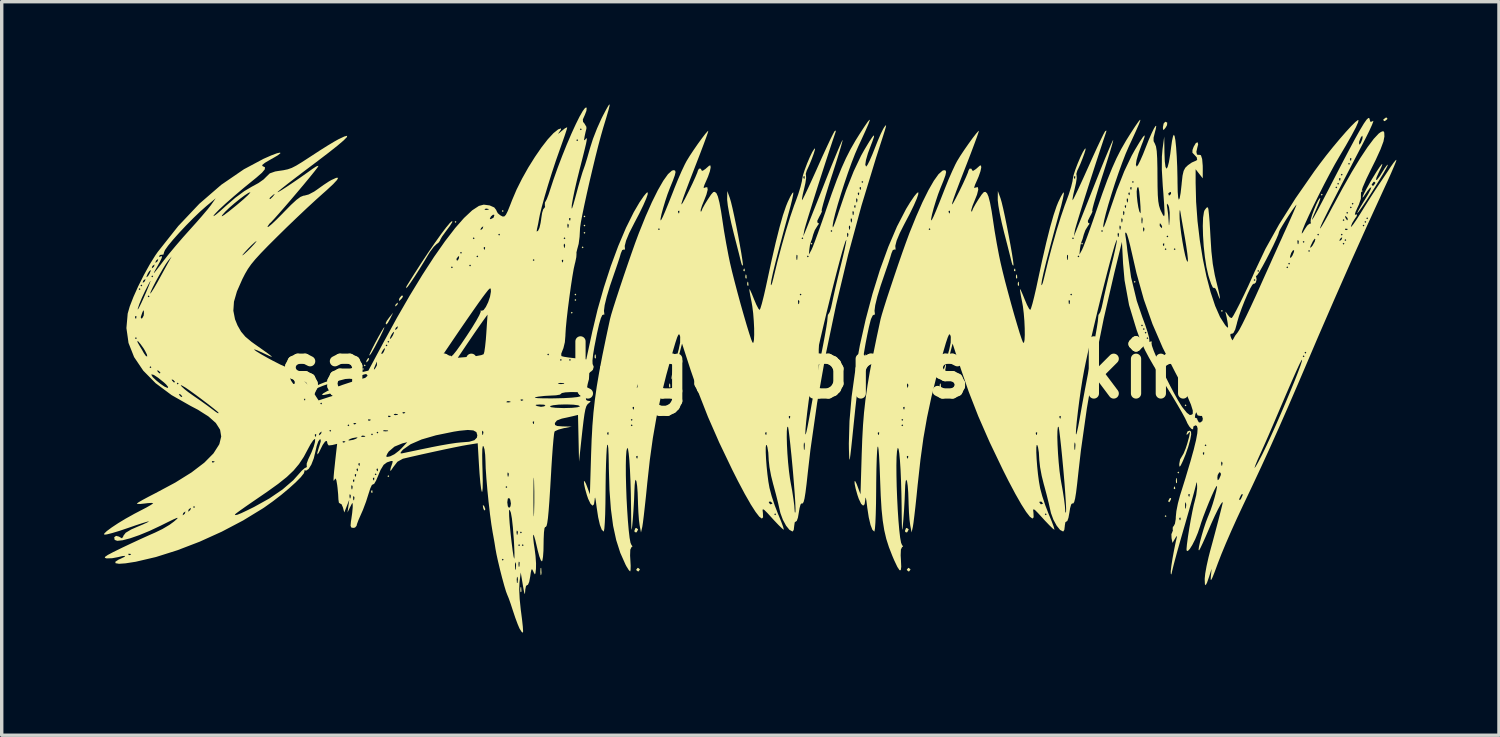
<source format=kicad_pcb>
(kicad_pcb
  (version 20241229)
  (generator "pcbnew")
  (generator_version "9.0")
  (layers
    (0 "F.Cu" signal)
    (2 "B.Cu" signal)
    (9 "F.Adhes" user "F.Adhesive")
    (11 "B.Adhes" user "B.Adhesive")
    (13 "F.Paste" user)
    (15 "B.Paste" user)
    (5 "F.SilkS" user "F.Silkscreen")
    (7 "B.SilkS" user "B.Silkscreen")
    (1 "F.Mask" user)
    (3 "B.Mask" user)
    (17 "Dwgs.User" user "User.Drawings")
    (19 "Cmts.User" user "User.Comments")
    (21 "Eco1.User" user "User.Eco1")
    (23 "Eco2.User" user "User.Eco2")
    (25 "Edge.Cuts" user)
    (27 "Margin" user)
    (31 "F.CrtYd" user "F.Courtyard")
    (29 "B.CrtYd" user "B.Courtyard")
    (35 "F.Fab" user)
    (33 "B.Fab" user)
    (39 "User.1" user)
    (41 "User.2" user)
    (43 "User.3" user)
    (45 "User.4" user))
  (footprint "sanny-logo-brush-king"
    (layer "F.Cu")
    (at 19.233 7.774)
    (property "Reference" "sanny-logo-brush-king" (at 0 0 0) (layer "F.SilkS") (effects (font (size 1.524 1.524) (thickness 0.3))))
    (attr board_only exclude_from_pos_files exclude_from_bom)
    (fp_poly (pts (xy -11.637 -0.027) (xy -11.664 0) (xy -11.69 -0.027) (xy -11.664 -0.053)) (stroke (width 0) (type solid)) (fill yes) (layer "F.SilkS"))
    (fp_poly (pts (xy -11.584 -0.133) (xy -11.611 -0.106) (xy -11.637 -0.133) (xy -11.611 -0.159)) (stroke (width 0) (type solid)) (fill yes) (layer "F.SilkS"))
    (fp_poly (pts (xy -10.893 3.109) (xy -10.92 3.135) (xy -10.946 3.109) (xy -10.92 3.082)) (stroke (width 0) (type solid)) (fill yes) (layer "F.SilkS"))
    (fp_poly (pts (xy -9.087 -0.399) (xy -9.113 -0.372) (xy -9.14 -0.399) (xy -9.113 -0.425)) (stroke (width 0) (type solid)) (fill yes) (layer "F.SilkS"))
    (fp_poly (pts (xy -8.927 -4.331) (xy -8.954 -4.304) (xy -8.98 -4.331) (xy -8.954 -4.357)) (stroke (width 0) (type solid)) (fill yes) (layer "F.SilkS"))
    (fp_poly (pts (xy -7.546 -4.65) (xy -7.572 -4.623) (xy -7.599 -4.65) (xy -7.572 -4.676)) (stroke (width 0) (type solid)) (fill yes) (layer "F.SilkS"))
    (fp_poly (pts (xy -5.526 -1.674) (xy -5.553 -1.647) (xy -5.579 -1.674) (xy -5.553 -1.7)) (stroke (width 0) (type solid)) (fill yes) (layer "F.SilkS"))
    (fp_poly (pts (xy -5.42 -2.205) (xy -5.447 -2.179) (xy -5.473 -2.205) (xy -5.447 -2.232)) (stroke (width 0) (type solid)) (fill yes) (layer "F.SilkS"))
    (fp_poly (pts (xy -5.42 -2.046) (xy -5.447 -2.019) (xy -5.473 -2.046) (xy -5.447 -2.072)) (stroke (width 0) (type solid)) (fill yes) (layer "F.SilkS"))
    (fp_poly (pts (xy -5.208 -3.587) (xy -5.234 -3.56) (xy -5.261 -3.587) (xy -5.234 -3.613)) (stroke (width 0) (type solid)) (fill yes) (layer "F.SilkS"))
    (fp_poly (pts (xy -5.154 -4.49) (xy -5.181 -4.464) (xy -5.208 -4.49) (xy -5.181 -4.517)) (stroke (width 0) (type solid)) (fill yes) (layer "F.SilkS"))
    (fp_poly (pts (xy -5.154 -4.224) (xy -5.181 -4.198) (xy -5.208 -4.224) (xy -5.181 -4.251)) (stroke (width 0) (type solid)) (fill yes) (layer "F.SilkS"))
    (fp_poly (pts (xy -5.154 -4.012) (xy -5.181 -3.985) (xy -5.208 -4.012) (xy -5.181 -4.038)) (stroke (width 0) (type solid)) (fill yes) (layer "F.SilkS"))
    (fp_poly (pts (xy 1.488 -3.693) (xy 1.461 -3.667) (xy 1.435 -3.693) (xy 1.461 -3.72)) (stroke (width 0) (type solid)) (fill yes) (layer "F.SilkS"))
    (fp_poly (pts (xy 3.029 -0.133) (xy 3.002 -0.106) (xy 2.976 -0.133) (xy 3.002 -0.159)) (stroke (width 0) (type solid)) (fill yes) (layer "F.SilkS"))
    (fp_poly (pts (xy 9.405 -3.693) (xy 9.379 -3.667) (xy 9.352 -3.693) (xy 9.379 -3.72)) (stroke (width 0) (type solid)) (fill yes) (layer "F.SilkS"))
    (fp_poly (pts (xy 10.946 -2.577) (xy 10.92 -2.551) (xy 10.893 -2.577) (xy 10.92 -2.604)) (stroke (width 0) (type solid)) (fill yes) (layer "F.SilkS"))
    (fp_poly (pts (xy 11.85 4.278) (xy 11.823 4.304) (xy 11.797 4.278) (xy 11.823 4.251)) (stroke (width 0) (type solid)) (fill yes) (layer "F.SilkS"))
    (fp_poly (pts (xy 12.222 3.002) (xy 12.195 3.029) (xy 12.169 3.002) (xy 12.195 2.976)) (stroke (width 0) (type solid)) (fill yes) (layer "F.SilkS"))
    (fp_poly (pts (xy 12.434 1.036) (xy 12.408 1.063) (xy 12.381 1.036) (xy 12.408 1.01)) (stroke (width 0) (type solid)) (fill yes) (layer "F.SilkS"))
    (fp_poly (pts (xy 13.497 -1.727) (xy 13.471 -1.7) (xy 13.444 -1.727) (xy 13.471 -1.754)) (stroke (width 0) (type solid)) (fill yes) (layer "F.SilkS"))
    (fp_poly (pts (xy 16.42 -5.128) (xy 16.393 -5.101) (xy 16.367 -5.128) (xy 16.393 -5.154)) (stroke (width 0) (type solid)) (fill yes) (layer "F.SilkS"))
    (fp_poly (pts (xy 17.589 -5.234) (xy 17.562 -5.208) (xy 17.536 -5.234) (xy 17.562 -5.261)) (stroke (width 0) (type solid)) (fill yes) (layer "F.SilkS"))
    (fp_poly (pts (xy -11.389 3.525) (xy -11.383 3.588) (xy -11.389 3.596) (xy -11.421 3.588) (xy -11.425 3.56) (xy -11.405 3.517)) (stroke (width 0) (type solid)) (fill yes) (layer "F.SilkS"))
    (fp_poly (pts (xy -7.032 6.363) (xy -7.025 6.472) (xy -7.032 6.496) (xy -7.052 6.503) (xy -7.059 6.43) (xy -7.051 6.354)) (stroke (width 0) (type solid)) (fill yes) (layer "F.SilkS"))
    (fp_poly (pts (xy -4.852 -0.435) (xy -4.846 -0.352) (xy -4.857 -0.333) (xy -4.881 -0.349) (xy -4.885 -0.403) (xy -4.872 -0.46)) (stroke (width 0) (type solid)) (fill yes) (layer "F.SilkS"))
    (fp_poly (pts (xy -2.674 0.415) (xy -2.667 0.498) (xy -2.678 0.517) (xy -2.702 0.501) (xy -2.706 0.447) (xy -2.693 0.391)) (stroke (width 0) (type solid)) (fill yes) (layer "F.SilkS"))
    (fp_poly (pts (xy -0.496 -2.958) (xy -0.49 -2.895) (xy -0.496 -2.887) (xy -0.528 -2.894) (xy -0.531 -2.923) (xy -0.512 -2.966)) (stroke (width 0) (type solid)) (fill yes) (layer "F.SilkS"))
    (fp_poly (pts (xy -0.442 -2.773) (xy -0.436 -2.69) (xy -0.446 -2.671) (xy -0.47 -2.687) (xy -0.474 -2.741) (xy -0.461 -2.798)) (stroke (width 0) (type solid)) (fill yes) (layer "F.SilkS"))
    (fp_poly (pts (xy -0.389 -2.561) (xy -0.382 -2.478) (xy -0.393 -2.459) (xy -0.417 -2.475) (xy -0.421 -2.528) (xy -0.408 -2.585)) (stroke (width 0) (type solid)) (fill yes) (layer "F.SilkS"))
    (fp_poly (pts (xy 3.065 -0.435) (xy 3.072 -0.352) (xy 3.061 -0.333) (xy 3.037 -0.349) (xy 3.033 -0.403) (xy 3.046 -0.46)) (stroke (width 0) (type solid)) (fill yes) (layer "F.SilkS"))
    (fp_poly (pts (xy 5.244 0.415) (xy 5.25 0.498) (xy 5.24 0.517) (xy 5.215 0.501) (xy 5.212 0.447) (xy 5.225 0.391)) (stroke (width 0) (type solid)) (fill yes) (layer "F.SilkS"))
    (fp_poly (pts (xy 7.422 -2.958) (xy 7.428 -2.895) (xy 7.422 -2.887) (xy 7.39 -2.894) (xy 7.386 -2.923) (xy 7.406 -2.966)) (stroke (width 0) (type solid)) (fill yes) (layer "F.SilkS"))
    (fp_poly (pts (xy 7.476 -2.773) (xy 7.482 -2.69) (xy 7.471 -2.671) (xy 7.447 -2.687) (xy 7.444 -2.741) (xy 7.457 -2.798)) (stroke (width 0) (type solid)) (fill yes) (layer "F.SilkS"))
    (fp_poly (pts (xy 7.529 -2.561) (xy 7.535 -2.478) (xy 7.525 -2.459) (xy 7.5 -2.475) (xy 7.497 -2.528) (xy 7.51 -2.585)) (stroke (width 0) (type solid)) (fill yes) (layer "F.SilkS"))
    (fp_poly (pts (xy 12.098 3.419) (xy 12.104 3.482) (xy 12.098 3.489) (xy 12.066 3.482) (xy 12.062 3.454) (xy 12.082 3.41)) (stroke (width 0) (type solid)) (fill yes) (layer "F.SilkS"))
    (fp_poly (pts (xy 12.151 3.175) (xy 12.158 3.284) (xy 12.151 3.308) (xy 12.131 3.315) (xy 12.124 3.241) (xy 12.132 3.166)) (stroke (width 0) (type solid)) (fill yes) (layer "F.SilkS"))
    (fp_poly (pts (xy -11.494 -0.291) (xy -11.524 -0.252) (xy -11.569 -0.218) (xy -11.558 -0.271) (xy -11.554 -0.281) (xy -11.512 -0.346) (xy -11.488 -0.347)) (stroke (width 0) (type solid)) (fill yes) (layer "F.SilkS"))
    (fp_poly (pts (xy -8.124 3.971) (xy -8.121 3.973) (xy -8.084 4.065) (xy -8.088 4.099) (xy -8.116 4.111) (xy -8.144 4.043) (xy -8.156 3.961)) (stroke (width 0) (type solid)) (fill yes) (layer "F.SilkS"))
    (fp_poly (pts (xy 11.986 3.755) (xy 11.976 3.797) (xy 11.933 3.871) (xy 11.906 3.859) (xy 11.903 3.829) (xy 11.942 3.757) (xy 11.955 3.747)) (stroke (width 0) (type solid)) (fill yes) (layer "F.SilkS"))
    (fp_poly (pts (xy -10.865 -1.501) (xy -10.937 -1.373) (xy -10.984 -1.328) (xy -10.998 -1.368) (xy -10.967 -1.433) (xy -10.893 -1.536) (xy -10.889 -1.541) (xy -10.781 -1.674)) (stroke (width 0) (type solid)) (fill yes) (layer "F.SilkS"))
    (fp_poly (pts (xy -10.644 -1.932) (xy -10.654 -1.913) (xy -10.704 -1.862) (xy -10.714 -1.86) (xy -10.717 -1.894) (xy -10.707 -1.913) (xy -10.657 -1.964) (xy -10.648 -1.966)) (stroke (width 0) (type solid)) (fill yes) (layer "F.SilkS"))
    (fp_poly (pts (xy -10.492 -2.147) (xy -10.521 -2.099) (xy -10.584 -2.033) (xy -10.606 -2.019) (xy -10.606 -2.059) (xy -10.594 -2.099) (xy -10.538 -2.169) (xy -10.509 -2.179)) (stroke (width 0) (type solid)) (fill yes) (layer "F.SilkS"))
    (fp_poly (pts (xy -6.446 5.805) (xy -6.438 5.94) (xy -6.446 5.991) (xy -6.462 6.008) (xy -6.47 5.934) (xy -6.471 5.898) (xy -6.465 5.802) (xy -6.451 5.79)) (stroke (width 0) (type solid)) (fill yes) (layer "F.SilkS"))
    (fp_poly (pts (xy -3.615 4.661) (xy -3.613 4.673) (xy -3.652 4.745) (xy -3.667 4.756) (xy -3.712 4.744) (xy -3.72 4.706) (xy -3.692 4.633) (xy -3.667 4.623)) (stroke (width 0) (type solid)) (fill yes) (layer "F.SilkS"))
    (fp_poly (pts (xy -3.562 5.832) (xy -3.56 5.845) (xy -3.601 5.897) (xy -3.613 5.898) (xy -3.665 5.858) (xy -3.667 5.845) (xy -3.626 5.794) (xy -3.613 5.792)) (stroke (width 0) (type solid)) (fill yes) (layer "F.SilkS"))
    (fp_poly (pts (xy 4.303 4.661) (xy 4.304 4.673) (xy 4.266 4.745) (xy 4.251 4.756) (xy 4.206 4.744) (xy 4.198 4.706) (xy 4.226 4.633) (xy 4.251 4.623)) (stroke (width 0) (type solid)) (fill yes) (layer "F.SilkS"))
    (fp_poly (pts (xy 4.356 5.832) (xy 4.357 5.845) (xy 4.317 5.897) (xy 4.304 5.898) (xy 4.253 5.858) (xy 4.251 5.845) (xy 4.291 5.794) (xy 4.304 5.792)) (stroke (width 0) (type solid)) (fill yes) (layer "F.SilkS"))
    (fp_poly (pts (xy 18.315 -7.353) (xy 18.306 -7.333) (xy 18.236 -7.282) (xy 18.22 -7.28) (xy 18.191 -7.313) (xy 18.2 -7.333) (xy 18.27 -7.384) (xy 18.286 -7.386)) (stroke (width 0) (type solid)) (fill yes) (layer "F.SilkS"))
    (fp_poly (pts (xy 11.869 -7.238) (xy 11.871 -7.235) (xy 11.865 -7.162) (xy 11.823 -7.088) (xy 11.766 -7.02) (xy 11.747 -7.043) (xy 11.745 -7.104) (xy 11.766 -7.209) (xy 11.815 -7.263)) (stroke (width 0) (type solid)) (fill yes) (layer "F.SilkS"))
    (fp_poly (pts (xy -2.521 -0.113) (xy -2.531 -0.053) (xy -2.567 0.106) (xy -2.609 0.235) (xy -2.611 0.239) (xy -2.636 0.279) (xy -2.634 0.219) (xy -2.624 0.159) (xy -2.587 0.000079) (xy -2.545 -0.129) (xy -2.543 -0.133) (xy -2.518 -0.173)) (stroke (width 0) (type solid)) (fill yes) (layer "F.SilkS"))
    (fp_poly (pts (xy 5.397 -0.113) (xy 5.387 -0.053) (xy 5.35 0.106) (xy 5.308 0.235) (xy 5.307 0.239) (xy 5.281 0.279) (xy 5.284 0.219) (xy 5.294 0.159) (xy 5.33 0.000079) (xy 5.373 -0.129) (xy 5.374 -0.133) (xy 5.399 -0.173)) (stroke (width 0) (type solid)) (fill yes) (layer "F.SilkS"))
    (fp_poly (pts (xy -11.039 -1.231) (xy -11.078 -1.138) (xy -11.151 -0.987) (xy -11.18 -0.93) (xy -11.317 -0.668) (xy -11.411 -0.501) (xy -11.464 -0.426) (xy -11.477 -0.43) (xy -11.454 -0.494) (xy -11.392 -0.622) (xy -11.308 -0.786) (xy -11.215 -0.959) (xy -11.128 -1.113) (xy -11.063 -1.22) (xy -11.041 -1.249)) (stroke (width 0) (type solid)) (fill yes) (layer "F.SilkS"))
    (fp_poly (pts (xy 12.567 1.807) (xy 12.572 1.89) (xy 12.543 2.046) (xy 12.487 2.246) (xy 12.412 2.464) (xy 12.33 2.663) (xy 12.267 2.794) (xy 12.235 2.835) (xy 12.224 2.794) (xy 12.223 2.754) (xy 12.248 2.619) (xy 12.295 2.539) (xy 12.349 2.449) (xy 12.412 2.296) (xy 12.454 2.168) (xy 12.512 1.957) (xy 12.536 1.84) (xy 12.526 1.813) (xy 12.487 1.86) (xy 12.445 1.901) (xy 12.435 1.876) (xy 12.466 1.798) (xy 12.529 1.777)) (stroke (width 0) (type solid)) (fill yes) (layer "F.SilkS"))
    (fp_poly (pts (xy -0.927 -5.028) (xy -0.893 -4.912) (xy -0.848 -4.725) (xy -0.796 -4.486) (xy -0.74 -4.217) (xy -0.685 -3.935) (xy -0.635 -3.662) (xy -0.592 -3.417) (xy -0.561 -3.219) (xy -0.545 -3.09) (xy -0.547 -3.049) (xy -0.575 -3.073) (xy -0.598 -3.146) (xy -0.621 -3.24) (xy -0.664 -3.415) (xy -0.724 -3.648) (xy -0.793 -3.917) (xy -0.817 -4.012) (xy -0.887 -4.3) (xy -0.945 -4.573) (xy -0.986 -4.804) (xy -1.005 -4.966) (xy -1.006 -4.995) (xy -1.002 -5.234)) (stroke (width 0) (type solid)) (fill yes) (layer "F.SilkS"))
    (fp_poly (pts (xy 6.991 -5.028) (xy 7.025 -4.912) (xy 7.07 -4.725) (xy 7.122 -4.486) (xy 7.177 -4.217) (xy 7.232 -3.935) (xy 7.283 -3.662) (xy 7.326 -3.417) (xy 7.357 -3.219) (xy 7.372 -3.09) (xy 7.37 -3.049) (xy 7.343 -3.073) (xy 7.32 -3.146) (xy 7.297 -3.24) (xy 7.253 -3.415) (xy 7.194 -3.648) (xy 7.125 -3.917) (xy 7.1 -4.012) (xy 7.03 -4.3) (xy 6.972 -4.573) (xy 6.931 -4.804) (xy 6.912 -4.966) (xy 6.912 -4.995) (xy 6.915 -5.234)) (stroke (width 0) (type solid)) (fill yes) (layer "F.SilkS"))
    (fp_poly (pts (xy -9.051 -4.321) (xy -9.12 -4.212) (xy -9.255 -4.031) (xy -9.345 -3.906) (xy -9.399 -3.813) (xy -9.405 -3.791) (xy -9.445 -3.73) (xy -9.509 -3.681) (xy -9.593 -3.599) (xy -9.697 -3.461) (xy -9.759 -3.362) (xy -9.882 -3.156) (xy -10.015 -2.941) (xy -10.145 -2.738) (xy -10.26 -2.566) (xy -10.346 -2.444) (xy -10.392 -2.392) (xy -10.394 -2.391) (xy -10.396 -2.427) (xy -10.381 -2.458) (xy -10.176 -2.786) (xy -9.966 -3.113) (xy -9.758 -3.427) (xy -9.561 -3.714) (xy -9.384 -3.963) (xy -9.235 -4.161) (xy -9.123 -4.296) (xy -9.057 -4.356) (xy -9.05 -4.357)) (stroke (width 0) (type solid)) (fill yes) (layer "F.SilkS"))
    (fp_poly (pts (xy 13.077 -4.694) (xy 13.093 -4.545) (xy 13.111 -4.327) (xy 13.127 -4.062) (xy 13.135 -3.915) (xy 13.163 -3.471) (xy 13.204 -3.102) (xy 13.262 -2.778) (xy 13.303 -2.604) (xy 13.363 -2.361) (xy 13.401 -2.189) (xy 13.415 -2.094) (xy 13.405 -2.084) (xy 13.37 -2.165) (xy 13.337 -2.261) (xy 13.286 -2.376) (xy 13.243 -2.405) (xy 13.234 -2.396) (xy 13.204 -2.414) (xy 13.156 -2.517) (xy 13.099 -2.684) (xy 13.072 -2.774) (xy 13.017 -3.016) (xy 12.973 -3.304) (xy 12.939 -3.615) (xy 12.919 -3.925) (xy 12.912 -4.212) (xy 12.92 -4.453) (xy 12.946 -4.623) (xy 12.964 -4.673) (xy 13.023 -4.749) (xy 13.062 -4.757)) (stroke (width 0) (type solid)) (fill yes) (layer "F.SilkS"))
    (fp_poly (pts (xy 18.167 -6.019) (xy 18.137 -5.936) (xy 18.067 -5.792) (xy 17.994 -5.63) (xy 17.978 -5.554) (xy 18.014 -5.569) (xy 18.094 -5.675) (xy 18.147 -5.761) (xy 18.23 -5.894) (xy 18.293 -5.981) (xy 18.325 -6.01) (xy 18.316 -5.971) (xy 18.28 -5.9) (xy 18.196 -5.751) (xy 18.083 -5.563) (xy 17.953 -5.353) (xy 17.817 -5.139) (xy 17.686 -4.937) (xy 17.571 -4.767) (xy 17.484 -4.644) (xy 17.435 -4.586) (xy 17.429 -4.586) (xy 17.456 -4.647) (xy 17.526 -4.772) (xy 17.626 -4.937) (xy 17.648 -4.972) (xy 17.749 -5.139) (xy 17.817 -5.27) (xy 17.842 -5.34) (xy 17.841 -5.345) (xy 17.799 -5.322) (xy 17.727 -5.233) (xy 17.703 -5.196) (xy 17.621 -5.076) (xy 17.586 -5.039) (xy 17.592 -5.073) (xy 17.634 -5.168) (xy 17.709 -5.312) (xy 17.766 -5.414) (xy 17.854 -5.414) (xy 17.887 -5.385) (xy 17.908 -5.394) (xy 17.959 -5.464) (xy 17.961 -5.479) (xy 17.928 -5.508) (xy 17.908 -5.5) (xy 17.856 -5.429) (xy 17.854 -5.414) (xy 17.766 -5.414) (xy 17.811 -5.496) (xy 17.865 -5.588) (xy 17.995 -5.8) (xy 18.092 -5.946) (xy 18.151 -6.021)) (stroke (width 0) (type solid)) (fill yes) (layer "F.SilkS"))
    (fp_poly (pts (xy 4.585 -5.136) (xy 4.541 -5.007) (xy 4.458 -4.817) (xy 4.339 -4.572) (xy 4.185 -4.279) (xy 4.184 -4.278) (xy 4.045 -4.003) (xy 3.953 -3.782) (xy 3.914 -3.628) (xy 3.919 -3.572) (xy 3.922 -3.517) (xy 3.894 -3.525) (xy 3.842 -3.507) (xy 3.802 -3.414) (xy 3.767 -3.296) (xy 3.708 -3.113) (xy 3.634 -2.899) (xy 3.615 -2.843) (xy 3.484 -2.46) (xy 3.387 -2.141) (xy 3.327 -1.894) (xy 3.306 -1.73) (xy 3.313 -1.675) (xy 3.319 -1.617) (xy 3.297 -1.619) (xy 3.253 -1.594) (xy 3.205 -1.493) (xy 3.191 -1.449) (xy 3.143 -1.257) (xy 3.093 -1.021) (xy 3.043 -0.766) (xy 3 -0.515) (xy 2.966 -0.292) (xy 2.946 -0.12) (xy 2.944 -0.025) (xy 2.945 -0.017) (xy 2.949 0.034) (xy 2.93 0.031) (xy 2.902 0.061) (xy 2.87 0.183) (xy 2.833 0.4) (xy 2.791 0.715) (xy 2.744 1.131) (xy 2.69 1.649) (xy 2.682 1.727) (xy 2.652 2.019) (xy 2.625 2.274) (xy 2.602 2.473) (xy 2.585 2.599) (xy 2.579 2.63) (xy 2.57 2.604) (xy 2.563 2.491) (xy 2.557 2.311) (xy 2.555 2.152) (xy 2.574 1.492) (xy 2.636 0.782) (xy 2.739 0.038) (xy 2.878 -0.722) (xy 3.049 -1.483) (xy 3.247 -2.227) (xy 3.468 -2.938) (xy 3.709 -3.6) (xy 3.964 -4.197) (xy 4.23 -4.71) (xy 4.347 -4.902) (xy 4.472 -5.086) (xy 4.553 -5.182) (xy 4.59 -5.196)) (stroke (width 0) (type solid)) (fill yes) (layer "F.SilkS"))
    (fp_poly (pts (xy 3.167 -7.302) (xy 3.128 -7.195) (xy 3.043 -7) (xy 2.912 -6.714) (xy 2.829 -6.536) (xy 2.737 -6.324) (xy 2.635 -6.061) (xy 2.528 -5.765) (xy 2.422 -5.452) (xy 2.321 -5.139) (xy 2.231 -4.843) (xy 2.158 -4.581) (xy 2.106 -4.369) (xy 2.081 -4.225) (xy 2.086 -4.167) (xy 2.091 -4.176) (xy 2.555 -4.176) (xy 2.565 -4.107) (xy 2.583 -4.106) (xy 2.595 -4.177) (xy 2.587 -4.208) (xy 2.563 -4.228) (xy 2.555 -4.176) (xy 2.091 -4.176) (xy 2.109 -4.205) (xy 2.156 -4.324) (xy 2.178 -4.388) (xy 2.608 -4.388) (xy 2.618 -4.319) (xy 2.636 -4.319) (xy 2.649 -4.39) (xy 2.64 -4.42) (xy 2.616 -4.441) (xy 2.608 -4.388) (xy 2.178 -4.388) (xy 2.218 -4.501) (xy 2.251 -4.601) (xy 2.661 -4.601) (xy 2.671 -4.532) (xy 2.689 -4.531) (xy 2.702 -4.602) (xy 2.693 -4.633) (xy 2.67 -4.653) (xy 2.661 -4.601) (xy 2.251 -4.601) (xy 2.254 -4.611) (xy 2.313 -4.782) (xy 2.71 -4.782) (xy 2.729 -4.739) (xy 2.745 -4.747) (xy 2.752 -4.81) (xy 2.745 -4.818) (xy 2.714 -4.811) (xy 2.71 -4.782) (xy 2.313 -4.782) (xy 2.378 -4.973) (xy 2.767 -4.973) (xy 2.777 -4.904) (xy 2.795 -4.903) (xy 2.808 -4.974) (xy 2.799 -5.005) (xy 2.776 -5.025) (xy 2.767 -4.973) (xy 2.378 -4.973) (xy 2.44 -5.154) (xy 2.816 -5.154) (xy 2.836 -5.111) (xy 2.852 -5.119) (xy 2.858 -5.182) (xy 2.852 -5.19) (xy 2.82 -5.183) (xy 2.816 -5.154) (xy 2.44 -5.154) (xy 2.478 -5.263) (xy 2.498 -5.314) (xy 2.869 -5.314) (xy 2.889 -5.27) (xy 2.905 -5.278) (xy 2.911 -5.341) (xy 2.905 -5.349) (xy 2.873 -5.342) (xy 2.869 -5.314) (xy 2.498 -5.314) (xy 2.572 -5.5) (xy 2.923 -5.5) (xy 2.949 -5.473) (xy 2.976 -5.5) (xy 2.949 -5.526) (xy 2.923 -5.5) (xy 2.572 -5.5) (xy 2.697 -5.814) (xy 2.913 -6.269) (xy 3.01 -6.443) (xy 3.152 -6.679) (xy 3.246 -6.82) (xy 3.292 -6.866) (xy 3.29 -6.819) (xy 3.241 -6.677) (xy 3.208 -6.592) (xy 3.114 -6.341) (xy 3.056 -6.141) (xy 3.036 -6.006) (xy 3.058 -5.952) (xy 3.063 -5.951) (xy 3.1 -5.998) (xy 3.164 -6.124) (xy 3.244 -6.308) (xy 3.31 -6.475) (xy 3.401 -6.703) (xy 3.487 -6.903) (xy 3.557 -7.046) (xy 3.588 -7.099) (xy 3.618 -7.138) (xy 3.638 -7.16) (xy 3.645 -7.153) (xy 3.636 -7.105) (xy 3.607 -7.004) (xy 3.555 -6.839) (xy 3.477 -6.598) (xy 3.371 -6.268) (xy 3.354 -6.217) (xy 2.926 -4.812) (xy 2.534 -3.369) (xy 2.184 -1.91) (xy 1.88 -0.459) (xy 1.627 0.964) (xy 1.431 2.334) (xy 1.356 2.987) (xy 1.318 3.334) (xy 1.286 3.588) (xy 1.258 3.76) (xy 1.232 3.862) (xy 1.204 3.908) (xy 1.173 3.908) (xy 1.17 3.906) (xy 1.141 3.939) (xy 1.111 4.051) (xy 1.091 4.173) (xy 1.064 4.326) (xy 1.03 4.42) (xy 1.006 4.435) (xy 0.972 4.458) (xy 0.957 4.557) (xy 0.956 4.567) (xy 0.943 4.68) (xy 0.909 4.729) (xy 0.908 4.729) (xy 0.819 4.682) (xy 0.719 4.559) (xy 0.625 4.386) (xy 0.553 4.191) (xy 0.532 4.105) (xy 0.487 3.904) (xy 0.424 3.651) (xy 0.355 3.393) (xy 0.342 3.348) (xy 0.28 3.099) (xy 0.233 2.847) (xy 0.21 2.639) (xy 0.209 2.604) (xy 0.198 2.419) (xy 0.173 2.265) (xy 0.155 2.205) (xy 0.133 2.196) (xy 0.123 2.273) (xy 0.123 2.416) (xy 0.132 2.606) (xy 0.149 2.825) (xy 0.172 3.052) (xy 0.2 3.267) (xy 0.233 3.453) (xy 0.236 3.465) (xy 0.296 3.692) (xy 0.385 3.961) (xy 0.484 4.218) (xy 0.498 4.249) (xy 0.576 4.439) (xy 0.63 4.585) (xy 0.652 4.667) (xy 0.649 4.676) (xy 0.601 4.639) (xy 0.5 4.541) (xy 0.367 4.401) (xy 0.315 4.344) (xy 0.206 4.224) (xy 0.372 4.224) (xy 0.399 4.251) (xy 0.425 4.224) (xy 0.399 4.198) (xy 0.372 4.224) (xy 0.206 4.224) (xy 0.17 4.185) (xy 0.082 4.098) (xy 0.04 4.075) (xy 0.031 4.108) (xy 0.04 4.185) (xy 0.045 4.314) (xy 0.009 4.35) (xy -0.065 4.296) (xy -0.174 4.155) (xy -0.317 3.932) (xy -0.348 3.876) (xy 0.213 3.876) (xy 0.251 3.93) (xy 0.266 3.932) (xy 0.317 3.914) (xy 0.319 3.909) (xy 0.282 3.863) (xy 0.266 3.853) (xy 0.217 3.857) (xy 0.213 3.876) (xy -0.348 3.876) (xy -0.49 3.629) (xy -0.691 3.25) (xy -0.854 2.927) (xy -1.241 2.119) (xy -1.307 1.967) (xy 0.738 1.967) (xy 0.744 2.191) (xy 0.757 2.444) (xy 0.777 2.707) (xy 0.803 2.96) (xy 0.833 3.184) (xy 0.85 3.283) (xy 0.897 3.539) (xy 0.934 3.782) (xy 0.959 3.976) (xy 0.964 4.054) (xy 0.973 4.164) (xy 0.985 4.179) (xy 0.993 4.145) (xy 0.994 4.054) (xy 0.987 3.875) (xy 0.971 3.625) (xy 0.948 3.322) (xy 0.92 2.983) (xy 0.908 2.85) (xy 0.876 2.51) (xy 0.847 2.232) (xy 1.235 2.232) (xy 1.24 2.328) (xy 1.254 2.34) (xy 1.259 2.325) (xy 1.267 2.19) (xy 1.259 2.139) (xy 1.243 2.122) (xy 1.235 2.196) (xy 1.235 2.232) (xy 0.847 2.232) (xy 0.845 2.206) (xy 0.817 1.955) (xy 0.807 1.873) (xy 1.281 1.873) (xy 1.281 1.876) (xy 1.291 1.888) (xy 1.315 1.809) (xy 1.349 1.651) (xy 1.391 1.429) (xy 1.414 1.302) (xy 1.47 0.985) (xy 1.54 0.603) (xy 1.618 0.194) (xy 1.697 -0.204) (xy 1.736 -0.399) (xy 1.799 -0.714) (xy 1.853 -1.002) (xy 1.895 -1.243) (xy 1.922 -1.417) (xy 1.93 -1.501) (xy 1.941 -1.607) (xy 1.967 -1.647) (xy 1.996 -1.695) (xy 2.034 -1.82) (xy 2.069 -1.979) (xy 2.107 -2.157) (xy 2.163 -2.407) (xy 2.232 -2.698) (xy 2.305 -2.998) (xy 2.318 -3.049) (xy 2.382 -3.313) (xy 2.434 -3.538) (xy 2.468 -3.706) (xy 2.482 -3.797) (xy 2.481 -3.807) (xy 2.458 -3.769) (xy 2.415 -3.64) (xy 2.354 -3.434) (xy 2.279 -3.162) (xy 2.194 -2.839) (xy 2.101 -2.476) (xy 2.004 -2.087) (xy 1.905 -1.685) (xy 1.809 -1.283) (xy 1.718 -0.893) (xy 1.636 -0.529) (xy 1.566 -0.203) (xy 1.519 0.027) (xy 1.473 0.287) (xy 1.425 0.589) (xy 1.379 0.909) (xy 1.339 1.221) (xy 1.307 1.502) (xy 1.287 1.727) (xy 1.281 1.873) (xy 0.807 1.873) (xy 0.794 1.772) (xy 0.777 1.672) (xy 0.773 1.659) (xy 0.751 1.681) (xy 0.74 1.79) (xy 0.738 1.967) (xy -1.307 1.967) (xy -1.354 1.86) (xy 0.106 1.86) (xy 0.126 1.904) (xy 0.142 1.895) (xy 0.148 1.832) (xy 0.142 1.824) (xy 0.11 1.832) (xy 0.106 1.86) (xy -1.354 1.86) (xy -1.564 1.382) (xy 0.797 1.382) (xy 0.817 1.425) (xy 0.832 1.417) (xy 0.839 1.354) (xy 0.832 1.346) (xy 0.801 1.353) (xy 0.797 1.382) (xy -1.564 1.382) (xy -1.57 1.367) (xy -1.853 0.645) (xy -2.076 0) (xy -2.326 -0.771) (xy -2.395 -0.506) (xy -2.436 -0.369) (xy -2.468 -0.296) (xy -2.481 -0.296) (xy -2.477 -0.375) (xy -2.447 -0.515) (xy -2.423 -0.601) (xy -2.382 -0.799) (xy -2.38 -0.965) (xy -2.386 -0.995) (xy -2.407 -1.042) (xy -2.433 -1.031) (xy -2.47 -0.95) (xy -2.523 -0.789) (xy -2.592 -0.556) (xy -2.787 0.148) (xy -2.946 0.786) (xy -3.075 1.39) (xy -3.18 1.993) (xy -3.268 2.627) (xy -3.345 3.324) (xy -3.347 3.348) (xy -3.381 3.687) (xy -3.415 3.999) (xy -3.445 4.266) (xy -3.47 4.467) (xy -3.488 4.585) (xy -3.49 4.596) (xy -3.527 4.756) (xy -3.567 4.543) (xy -3.587 4.391) (xy -3.603 4.172) (xy -3.614 3.927) (xy -3.616 3.853) (xy -3.625 3.593) (xy -3.64 3.395) (xy -3.659 3.266) (xy -3.679 3.214) (xy -3.698 3.245) (xy -3.712 3.369) (xy -3.72 3.534) (xy -3.73 3.808) (xy -3.748 4.12) (xy -3.769 4.405) (xy -3.77 4.41) (xy -3.785 4.571) (xy -3.796 4.661) (xy -3.803 4.673) (xy -3.809 4.601) (xy -3.813 4.439) (xy -3.816 4.179) (xy -3.818 4.033) (xy -3.824 3.627) (xy -3.835 3.252) (xy -3.85 2.922) (xy -3.867 2.647) (xy -3.876 2.551) (xy -3.667 2.551) (xy -3.647 2.594) (xy -3.631 2.586) (xy -3.625 2.523) (xy -3.631 2.515) (xy -3.663 2.522) (xy -3.667 2.551) (xy -3.876 2.551) (xy -3.887 2.441) (xy -3.907 2.315) (xy -3.929 2.281) (xy -3.932 2.285) (xy -3.953 2.375) (xy -3.966 2.55) (xy -3.971 2.792) (xy -3.97 3.085) (xy -3.962 3.41) (xy -3.95 3.75) (xy -3.932 4.087) (xy -3.911 4.404) (xy -3.887 4.684) (xy -3.861 4.908) (xy -3.834 5.059) (xy -3.808 5.118) (xy -3.775 5.165) (xy -3.806 5.187) (xy -3.84 5.258) (xy -3.846 5.431) (xy -3.839 5.555) (xy -3.829 5.73) (xy -3.832 5.854) (xy -3.844 5.898) (xy -3.886 5.855) (xy -3.953 5.747) (xy -3.983 5.69) (xy -4.133 5.353) (xy -4.252 4.98) (xy -4.343 4.56) (xy -4.407 4.077) (xy -4.449 3.519) (xy -4.468 2.872) (xy -4.469 2.763) (xy -4.475 2.484) (xy -4.484 2.292) (xy -4.497 2.194) (xy -4.513 2.194) (xy -4.517 2.205) (xy -4.529 2.304) (xy -4.54 2.491) (xy -4.55 2.749) (xy -4.558 3.059) (xy -4.563 3.404) (xy -4.564 3.547) (xy -4.568 3.91) (xy -4.575 4.223) (xy -4.586 4.471) (xy -4.599 4.642) (xy -4.614 4.724) (xy -4.619 4.729) (xy -4.674 4.678) (xy -4.729 4.535) (xy -4.78 4.312) (xy -4.824 4.024) (xy -4.829 3.984) (xy -4.852 3.812) (xy -4.869 3.735) (xy -4.88 3.757) (xy -4.882 3.791) (xy -4.902 3.931) (xy -4.944 3.972) (xy -5.003 3.918) (xy -5.073 3.772) (xy -5.111 3.662) (xy -5.163 3.478) (xy -5.192 3.34) (xy -5.197 3.261) (xy -5.179 3.253) (xy -5.138 3.331) (xy -5.11 3.401) (xy -5.022 3.64) (xy -4.987 2.471) (xy -4.971 2.029) (xy -4.961 1.86) (xy -4.517 1.86) (xy -4.497 1.904) (xy -4.481 1.895) (xy -4.475 1.832) (xy -4.481 1.824) (xy -4.513 1.832) (xy -4.517 1.86) (xy -4.961 1.86) (xy -4.949 1.627) (xy -4.948 1.621) (xy -3.826 1.621) (xy -3.799 1.647) (xy -3.773 1.621) (xy -3.799 1.594) (xy -3.826 1.621) (xy -4.948 1.621) (xy -4.935 1.461) (xy -3.826 1.461) (xy -3.799 1.488) (xy -3.773 1.461) (xy -3.799 1.435) (xy -3.826 1.461) (xy -4.935 1.461) (xy -4.918 1.247) (xy -4.903 1.116) (xy -3.773 1.116) (xy -3.753 1.16) (xy -3.737 1.151) (xy -3.731 1.088) (xy -3.737 1.08) (xy -3.769 1.088) (xy -3.773 1.116) (xy -4.903 1.116) (xy -4.876 0.872) (xy -4.821 0.482) (xy -4.815 0.447) (xy -3.662 0.447) (xy -3.653 0.516) (xy -3.634 0.517) (xy -3.622 0.446) (xy -3.63 0.415) (xy -3.654 0.395) (xy -3.662 0.447) (xy -4.815 0.447) (xy -4.749 0.059) (xy -4.659 -0.414) (xy -4.547 -0.957) (xy -4.433 -1.488) (xy -4.399 -1.616) (xy -4.335 -1.826) (xy -4.248 -2.098) (xy -4.145 -2.412) (xy -4.032 -2.75) (xy -3.915 -3.093) (xy -3.801 -3.421) (xy -3.697 -3.715) (xy -3.607 -3.957) (xy -3.586 -4.012) (xy -3.543 -4.118) (xy -3.029 -4.118) (xy -3.002 -4.092) (xy -2.976 -4.118) (xy -3.002 -4.145) (xy -3.029 -4.118) (xy -3.543 -4.118) (xy -3.393 -4.491) (xy -3.207 -4.91) (xy -3.033 -5.26) (xy -2.875 -5.535) (xy -2.737 -5.728) (xy -2.624 -5.83) (xy -2.573 -5.845) (xy -2.53 -5.834) (xy -2.516 -5.789) (xy -2.537 -5.695) (xy -2.595 -5.535) (xy -2.685 -5.314) (xy -2.751 -5.141) (xy -2.818 -4.939) (xy -2.879 -4.736) (xy -2.928 -4.556) (xy -2.955 -4.425) (xy -2.955 -4.372) (xy -2.933 -4.393) (xy -2.887 -4.483) (xy -2.826 -4.623) (xy -2.444 -4.623) (xy -2.425 -4.579) (xy -2.409 -4.588) (xy -2.403 -4.651) (xy -2.409 -4.658) (xy -2.441 -4.651) (xy -2.444 -4.623) (xy -2.826 -4.623) (xy -2.814 -4.651) (xy -2.712 -4.902) (xy -2.576 -5.245) (xy -2.55 -5.314) (xy -2.446 -5.569) (xy -2.34 -5.813) (xy -2.245 -6.014) (xy -2.194 -6.111) (xy -2.102 -6.261) (xy -1.986 -6.436) (xy -1.861 -6.617) (xy -1.74 -6.783) (xy -1.64 -6.913) (xy -1.574 -6.987) (xy -1.558 -6.996) (xy -1.571 -6.943) (xy -1.618 -6.807) (xy -1.693 -6.603) (xy -1.791 -6.344) (xy -1.906 -6.046) (xy -1.934 -5.974) (xy -2.095 -5.558) (xy -2.216 -5.239) (xy -2.298 -5.014) (xy -2.34 -4.881) (xy -2.343 -4.839) (xy -2.309 -4.885) (xy -2.236 -5.017) (xy -2.127 -5.234) (xy -2.021 -5.454) (xy -1.935 -5.643) (xy -1.879 -5.777) (xy -1.862 -5.832) (xy -1.829 -5.891) (xy -1.774 -5.886) (xy -1.754 -5.836) (xy -1.721 -5.826) (xy -1.641 -5.88) (xy -1.621 -5.898) (xy -1.532 -5.976) (xy -1.495 -5.983) (xy -1.489 -5.922) (xy -1.489 -5.921) (xy -1.511 -5.812) (xy -1.565 -5.657) (xy -1.595 -5.587) (xy -1.666 -5.426) (xy -1.695 -5.343) (xy -1.685 -5.322) (xy -1.651 -5.338) (xy -1.588 -5.348) (xy -1.575 -5.275) (xy -1.613 -5.128) (xy -1.676 -4.968) (xy -1.742 -4.805) (xy -1.78 -4.684) (xy -1.782 -4.634) (xy -1.755 -4.643) (xy -1.754 -4.656) (xy -1.727 -4.724) (xy -1.657 -4.851) (xy -1.575 -4.983) (xy -1.476 -5.132) (xy -1.412 -5.203) (xy -1.366 -5.21) (xy -1.318 -5.167) (xy -1.277 -5.074) (xy -1.231 -4.895) (xy -1.185 -4.647) (xy -1.149 -4.41) (xy -1.099 -4.075) (xy -1.034 -3.701) (xy -0.966 -3.342) (xy -0.923 -3.135) (xy -0.864 -2.884) (xy -0.789 -2.588) (xy -0.704 -2.265) (xy -0.614 -1.934) (xy -0.523 -1.614) (xy -0.438 -1.322) (xy -0.363 -1.077) (xy -0.304 -0.897) (xy -0.265 -0.802) (xy -0.264 -0.8) (xy -0.238 -0.796) (xy -0.222 -0.878) (xy -0.215 -1.025) (xy -0.216 -1.217) (xy -0.227 -1.434) (xy -0.244 -1.655) (xy -0.27 -1.861) (xy -0.292 -1.989) (xy -0.329 -2.172) (xy -0.352 -2.308) (xy -0.357 -2.37) (xy -0.356 -2.371) (xy -0.332 -2.333) (xy -0.281 -2.221) (xy -0.22 -2.069) (xy -0.151 -1.906) (xy -0.091 -1.792) (xy -0.056 -1.754) (xy -0.032 -1.803) (xy 0.009 -1.938) (xy 0.024 -1.997) (xy 1.067 -1.997) (xy 1.077 -1.928) (xy 1.095 -1.927) (xy 1.108 -1.998) (xy 1.099 -2.029) (xy 1.075 -2.049) (xy 1.067 -1.997) (xy 0.024 -1.997) (xy 0.061 -2.143) (xy 0.076 -2.205) (xy 1.116 -2.205) (xy 1.142 -2.179) (xy 1.169 -2.205) (xy 1.142 -2.232) (xy 1.116 -2.205) (xy 0.076 -2.205) (xy 0.12 -2.399) (xy 0.156 -2.564) (xy 0.293 -3.199) (xy 0.416 -3.733) (xy 0.527 -4.174) (xy 0.626 -4.525) (xy 0.717 -4.792) (xy 0.765 -4.91) (xy 0.839 -5.066) (xy 0.899 -5.17) (xy 0.929 -5.199) (xy 0.927 -5.141) (xy 0.9 -5.004) (xy 0.853 -4.813) (xy 0.823 -4.7) (xy 0.657 -4.094) (xy 0.52 -3.582) (xy 0.413 -3.166) (xy 0.335 -2.847) (xy 0.288 -2.626) (xy 0.271 -2.505) (xy 0.271 -2.497) (xy 0.283 -2.477) (xy 0.311 -2.545) (xy 0.349 -2.689) (xy 0.354 -2.71) (xy 0.464 -3.164) (xy 0.499 -3.295) (xy 1.018 -3.295) (xy 1.026 -3.219) (xy 1.045 -3.228) (xy 1.051 -3.321) (xy 1.328 -3.321) (xy 1.355 -3.295) (xy 1.382 -3.321) (xy 1.355 -3.348) (xy 1.328 -3.321) (xy 1.051 -3.321) (xy 1.052 -3.337) (xy 1.045 -3.361) (xy 1.025 -3.368) (xy 1.018 -3.295) (xy 0.499 -3.295) (xy 0.587 -3.627) (xy 0.651 -3.853) (xy 1.169 -3.853) (xy 1.196 -3.826) (xy 1.222 -3.853) (xy 1.196 -3.879) (xy 1.169 -3.853) (xy 0.651 -3.853) (xy 0.714 -4.073) (xy 0.838 -4.475) (xy 0.952 -4.809) (xy 0.99 -4.908) (xy 1.074 -5.14) (xy 1.141 -5.356) (xy 1.182 -5.524) (xy 1.189 -5.579) (xy 1.2 -5.633) (xy 1.222 -5.633) (xy 1.242 -5.589) (xy 1.258 -5.597) (xy 1.264 -5.66) (xy 1.258 -5.668) (xy 1.226 -5.661) (xy 1.222 -5.633) (xy 1.2 -5.633) (xy 1.212 -5.693) (xy 1.264 -5.856) (xy 1.334 -6.042) (xy 1.411 -6.223) (xy 1.484 -6.374) (xy 1.542 -6.466) (xy 1.564 -6.483) (xy 1.561 -6.439) (xy 1.527 -6.327) (xy 1.472 -6.176) (xy 1.407 -6.016) (xy 1.344 -5.877) (xy 1.324 -5.836) (xy 1.293 -5.734) (xy 1.301 -5.687) (xy 1.305 -5.612) (xy 1.284 -5.469) (xy 1.248 -5.31) (xy 1.207 -5.138) (xy 1.184 -5.013) (xy 1.183 -4.964) (xy 1.209 -5.004) (xy 1.271 -5.127) (xy 1.363 -5.32) (xy 1.477 -5.568) (xy 1.608 -5.857) (xy 1.644 -5.939) (xy 1.78 -6.243) (xy 1.905 -6.514) (xy 2.01 -6.738) (xy 2.09 -6.899) (xy 2.135 -6.982) (xy 2.14 -6.988) (xy 2.176 -7.005) (xy 2.167 -6.961) (xy 2.083 -6.714) (xy 1.984 -6.416) (xy 1.875 -6.083) (xy 1.761 -5.731) (xy 1.647 -5.376) (xy 1.539 -5.034) (xy 1.441 -4.721) (xy 1.358 -4.454) (xy 1.296 -4.248) (xy 1.26 -4.12) (xy 1.253 -4.092) (xy 1.22 -3.906) (xy 1.308 -4.118) (xy 1.352 -4.227) (xy 1.428 -4.418) (xy 1.53 -4.675) (xy 1.652 -4.98) (xy 1.786 -5.317) (xy 1.874 -5.541) (xy 2.007 -5.874) (xy 2.128 -6.17) (xy 2.23 -6.416) (xy 2.309 -6.6) (xy 2.358 -6.708) (xy 2.373 -6.731) (xy 2.363 -6.677) (xy 2.325 -6.537) (xy 2.262 -6.327) (xy 2.18 -6.062) (xy 2.082 -5.757) (xy 2.053 -5.668) (xy 1.954 -5.359) (xy 1.871 -5.088) (xy 1.808 -4.871) (xy 1.769 -4.722) (xy 1.758 -4.656) (xy 1.761 -4.654) (xy 1.766 -4.632) (xy 1.724 -4.544) (xy 1.695 -4.493) (xy 1.631 -4.362) (xy 1.637 -4.307) (xy 1.65 -4.304) (xy 1.681 -4.28) (xy 1.633 -4.211) (xy 1.559 -4.09) (xy 1.511 -3.959) (xy 1.475 -3.829) (xy 1.444 -3.749) (xy 1.419 -3.663) (xy 1.4 -3.536) (xy 1.385 -3.374) (xy 1.461 -3.513) (xy 1.501 -3.604) (xy 1.568 -3.779) (xy 1.635 -3.963) (xy 2.502 -3.963) (xy 2.511 -3.894) (xy 2.53 -3.893) (xy 2.542 -3.965) (xy 2.534 -3.995) (xy 2.51 -4.015) (xy 2.502 -3.963) (xy 1.635 -3.963) (xy 1.656 -4.019) (xy 1.672 -4.065) (xy 2.019 -4.065) (xy 2.046 -4.038) (xy 2.072 -4.065) (xy 2.046 -4.092) (xy 2.019 -4.065) (xy 1.672 -4.065) (xy 1.758 -4.307) (xy 1.869 -4.624) (xy 1.887 -4.679) (xy 2.057 -5.165) (xy 2.205 -5.568) (xy 2.34 -5.905) (xy 2.471 -6.196) (xy 2.605 -6.459) (xy 2.75 -6.712) (xy 2.867 -6.899) (xy 3.01 -7.118) (xy 3.107 -7.26) (xy 3.16 -7.322)) (stroke (width 0) (type solid)) (fill yes) (layer "F.SilkS"))
    (fp_poly (pts (xy 17.785 -7.366) (xy 17.791 -7.343) (xy 17.815 -7.259) (xy 17.866 -7.268) (xy 17.895 -7.29) (xy 17.901 -7.27) (xy 17.863 -7.17) (xy 17.788 -7.004) (xy 17.68 -6.786) (xy 17.592 -6.616) (xy 17.306 -6.067) (xy 17.066 -5.605) (xy 16.868 -5.223) (xy 16.708 -4.911) (xy 16.583 -4.664) (xy 16.488 -4.473) (xy 16.419 -4.332) (xy 16.374 -4.232) (xy 16.349 -4.166) (xy 16.342 -4.145) (xy 16.353 -4.144) (xy 16.406 -4.226) (xy 16.494 -4.377) (xy 16.497 -4.384) (xy 17.004 -4.384) (xy 17.031 -4.357) (xy 17.057 -4.384) (xy 17.031 -4.41) (xy 17.004 -4.384) (xy 16.497 -4.384) (xy 16.568 -4.511) (xy 17.072 -4.511) (xy 17.084 -4.458) (xy 17.087 -4.448) (xy 17.129 -4.383) (xy 17.153 -4.382) (xy 17.147 -4.439) (xy 17.117 -4.478) (xy 17.072 -4.511) (xy 16.568 -4.511) (xy 16.609 -4.586) (xy 16.614 -4.596) (xy 17.11 -4.596) (xy 17.137 -4.57) (xy 17.164 -4.596) (xy 17.137 -4.623) (xy 17.11 -4.596) (xy 16.614 -4.596) (xy 16.699 -4.756) (xy 17.217 -4.756) (xy 17.243 -4.729) (xy 17.27 -4.756) (xy 17.243 -4.782) (xy 17.217 -4.756) (xy 16.699 -4.756) (xy 16.713 -4.782) (xy 16.757 -4.862) (xy 17.27 -4.862) (xy 17.296 -4.836) (xy 17.323 -4.862) (xy 17.296 -4.889) (xy 17.27 -4.862) (xy 16.757 -4.862) (xy 17.003 -5.318) (xy 17.271 -5.79) (xy 17.515 -6.191) (xy 17.731 -6.517) (xy 17.914 -6.761) (xy 18.06 -6.917) (xy 18.126 -6.964) (xy 18.193 -6.988) (xy 18.221 -6.947) (xy 18.226 -6.831) (xy 18.198 -6.684) (xy 18.112 -6.454) (xy 17.969 -6.14) (xy 17.865 -5.931) (xy 17.701 -5.595) (xy 17.593 -5.347) (xy 17.541 -5.185) (xy 17.539 -5.12) (xy 17.537 -5.007) (xy 17.479 -4.837) (xy 17.445 -4.764) (xy 17.384 -4.63) (xy 17.361 -4.551) (xy 17.373 -4.541) (xy 17.424 -4.552) (xy 17.416 -4.501) (xy 17.356 -4.415) (xy 17.283 -4.297) (xy 17.245 -4.198) (xy 17.256 -4.188) (xy 17.286 -4.224) (xy 17.589 -4.224) (xy 17.615 -4.198) (xy 17.642 -4.224) (xy 17.615 -4.251) (xy 17.589 -4.224) (xy 17.286 -4.224) (xy 17.312 -4.256) (xy 17.364 -4.331) (xy 17.642 -4.331) (xy 17.668 -4.304) (xy 17.695 -4.331) (xy 17.668 -4.357) (xy 17.642 -4.331) (xy 17.364 -4.331) (xy 17.405 -4.391) (xy 17.435 -4.437) (xy 17.695 -4.437) (xy 17.722 -4.41) (xy 17.748 -4.437) (xy 17.722 -4.464) (xy 17.695 -4.437) (xy 17.435 -4.437) (xy 17.526 -4.58) (xy 17.536 -4.596) (xy 17.689 -4.842) (xy 17.845 -5.088) (xy 17.982 -5.3) (xy 18.058 -5.414) (xy 18.192 -5.613) (xy 18.329 -5.818) (xy 18.405 -5.935) (xy 18.494 -6.062) (xy 18.558 -6.138) (xy 18.578 -6.149) (xy 18.564 -6.096) (xy 18.51 -5.963) (xy 18.425 -5.765) (xy 18.315 -5.518) (xy 18.194 -5.256) (xy 17.738 -4.261) (xy 17.259 -3.195) (xy 16.771 -2.087) (xy 16.285 -0.967) (xy 16.026 -0.36) (xy 15.703 0.396) (xy 15.41 1.074) (xy 15.139 1.691) (xy 14.881 2.268) (xy 14.627 2.823) (xy 14.368 3.377) (xy 14.096 3.949) (xy 14.079 3.985) (xy 13.912 4.342) (xy 13.744 4.714) (xy 13.587 5.075) (xy 13.454 5.396) (xy 13.355 5.651) (xy 13.352 5.659) (xy 13.259 5.912) (xy 13.195 6.072) (xy 13.158 6.144) (xy 13.142 6.138) (xy 13.146 6.058) (xy 13.146 6.058) (xy 13.17 5.819) (xy 13.096 6.052) (xy 13.035 6.227) (xy 12.996 6.3) (xy 12.974 6.273) (xy 12.968 6.146) (xy 12.968 6.106) (xy 12.983 5.958) (xy 13.022 5.74) (xy 13.079 5.485) (xy 13.13 5.287) (xy 13.206 5.008) (xy 13.282 4.723) (xy 13.354 4.45) (xy 13.416 4.21) (xy 13.463 4.023) (xy 13.491 3.907) (xy 13.495 3.882) (xy 13.48 3.87) (xy 13.431 3.941) (xy 13.355 4.081) (xy 13.261 4.274) (xy 13.156 4.506) (xy 13.094 4.65) (xy 12.994 4.882) (xy 12.906 5.078) (xy 12.839 5.218) (xy 12.804 5.28) (xy 12.788 5.268) (xy 12.799 5.177) (xy 12.831 5.029) (xy 12.88 4.845) (xy 12.938 4.648) (xy 13.001 4.458) (xy 13.062 4.298) (xy 13.071 4.278) (xy 13.136 4.115) (xy 13.202 3.92) (xy 13.238 3.799) (xy 13.977 3.799) (xy 13.999 3.809) (xy 14.028 3.773) (xy 14.073 3.676) (xy 14.08 3.64) (xy 14.058 3.63) (xy 14.028 3.667) (xy 13.983 3.763) (xy 13.977 3.799) (xy 13.238 3.799) (xy 13.261 3.72) (xy 13.306 3.545) (xy 13.328 3.425) (xy 13.327 3.394) (xy 13.302 3.417) (xy 13.248 3.518) (xy 13.175 3.678) (xy 13.091 3.875) (xy 13.005 4.089) (xy 12.925 4.298) (xy 12.86 4.483) (xy 12.834 4.57) (xy 12.767 4.767) (xy 12.689 4.955) (xy 12.607 5.117) (xy 12.532 5.238) (xy 12.473 5.3) (xy 12.44 5.288) (xy 12.435 5.247) (xy 12.447 5.111) (xy 12.475 4.9) (xy 12.514 4.648) (xy 12.56 4.384) (xy 12.607 4.139) (xy 12.649 3.943) (xy 12.672 3.857) (xy 12.72 3.661) (xy 12.745 3.47) (xy 12.746 3.406) (xy 12.739 3.299) (xy 12.727 3.294) (xy 12.716 3.348) (xy 12.694 3.436) (xy 12.648 3.609) (xy 12.581 3.852) (xy 12.498 4.147) (xy 12.403 4.479) (xy 12.351 4.658) (xy 12.253 5) (xy 12.165 5.311) (xy 12.093 5.576) (xy 12.04 5.779) (xy 12.01 5.904) (xy 12.005 5.934) (xy 11.991 5.986) (xy 11.975 5.966) (xy 11.974 5.889) (xy 11.992 5.733) (xy 12.025 5.522) (xy 12.069 5.282) (xy 12.12 5.035) (xy 12.148 4.915) (xy 12.157 4.856) (xy 12.129 4.886) (xy 12.099 4.936) (xy 12.024 5.062) (xy 11.997 4.921) (xy 11.993 4.807) (xy 12.017 4.751) (xy 12.039 4.688) (xy 12.03 4.667) (xy 12.035 4.594) (xy 12.059 4.572) (xy 12.097 4.499) (xy 12.12 4.362) (xy 12.12 4.357) (xy 12.222 4.357) (xy 12.241 4.401) (xy 12.257 4.393) (xy 12.264 4.33) (xy 12.257 4.322) (xy 12.226 4.329) (xy 12.222 4.357) (xy 12.12 4.357) (xy 12.122 4.299) (xy 12.139 4.131) (xy 12.173 3.959) (xy 12.392 3.959) (xy 12.397 4.05) (xy 12.414 4.058) (xy 12.416 4.053) (xy 12.427 3.947) (xy 12.418 3.893) (xy 12.401 3.872) (xy 12.392 3.942) (xy 12.392 3.959) (xy 12.173 3.959) (xy 12.183 3.909) (xy 12.244 3.68) (xy 12.248 3.667) (xy 12.487 3.667) (xy 12.507 3.71) (xy 12.523 3.702) (xy 12.529 3.639) (xy 12.523 3.631) (xy 12.491 3.638) (xy 12.487 3.667) (xy 12.248 3.667) (xy 12.409 3.152) (xy 13.338 3.152) (xy 13.347 3.227) (xy 13.379 3.206) (xy 13.391 3.188) (xy 13.437 3.081) (xy 13.443 3.039) (xy 13.414 2.995) (xy 13.391 3.002) (xy 13.348 3.076) (xy 13.338 3.152) (xy 12.409 3.152) (xy 12.415 3.13) (xy 12.495 2.862) (xy 14.427 2.862) (xy 14.428 2.869) (xy 14.461 2.825) (xy 14.529 2.707) (xy 14.618 2.538) (xy 14.659 2.458) (xy 14.774 2.22) (xy 14.905 1.937) (xy 15.047 1.622) (xy 15.192 1.29) (xy 15.336 0.955) (xy 15.471 0.632) (xy 15.593 0.335) (xy 15.694 0.078) (xy 15.769 -0.123) (xy 15.811 -0.255) (xy 15.817 -0.301) (xy 15.792 -0.27) (xy 15.734 -0.156) (xy 15.642 0.045) (xy 15.514 0.334) (xy 15.349 0.714) (xy 15.146 1.19) (xy 15.087 1.328) (xy 14.959 1.628) (xy 14.827 1.934) (xy 14.704 2.213) (xy 14.605 2.432) (xy 14.593 2.458) (xy 14.51 2.643) (xy 14.452 2.785) (xy 14.427 2.862) (xy 12.495 2.862) (xy 12.534 2.732) (xy 13.448 2.732) (xy 13.458 2.801) (xy 13.476 2.802) (xy 13.489 2.731) (xy 13.48 2.7) (xy 13.457 2.68) (xy 13.448 2.732) (xy 12.534 2.732) (xy 12.548 2.687) (xy 12.615 2.444) (xy 12.913 2.444) (xy 12.932 2.488) (xy 12.948 2.48) (xy 12.954 2.417) (xy 12.948 2.409) (xy 12.916 2.416) (xy 12.913 2.444) (xy 12.615 2.444) (xy 12.647 2.331) (xy 12.677 2.205) (xy 12.966 2.205) (xy 12.992 2.232) (xy 13.019 2.205) (xy 12.992 2.179) (xy 12.966 2.205) (xy 12.677 2.205) (xy 12.714 2.055) (xy 12.751 1.853) (xy 12.76 1.717) (xy 12.741 1.642) (xy 12.7 1.621) (xy 12.637 1.654) (xy 12.633 1.685) (xy 12.626 1.74) (xy 12.58 1.725) (xy 12.518 1.657) (xy 12.458 1.556) (xy 12.443 1.519) (xy 12.395 1.417) (xy 12.383 1.395) (xy 12.681 1.395) (xy 12.705 1.405) (xy 12.746 1.42) (xy 12.753 1.458) (xy 12.794 1.531) (xy 12.833 1.541) (xy 12.898 1.496) (xy 12.913 1.429) (xy 12.888 1.347) (xy 12.836 1.346) (xy 12.762 1.331) (xy 12.741 1.286) (xy 12.722 1.238) (xy 12.697 1.289) (xy 12.69 1.315) (xy 12.681 1.395) (xy 12.383 1.395) (xy 12.3 1.243) (xy 12.169 1.017) (xy 12.013 0.756) (xy 11.87 0.525) (xy 11.647 0.164) (xy 11.471 -0.126) (xy 11.335 -0.363) (xy 11.227 -0.566) (xy 11.139 -0.752) (xy 11.065 -0.93) (xy 11.265 -0.93) (xy 11.292 -0.903) (xy 11.318 -0.93) (xy 11.292 -0.956) (xy 11.265 -0.93) (xy 11.065 -0.93) (xy 11.061 -0.939) (xy 11.005 -1.089) (xy 11.212 -1.089) (xy 11.239 -1.063) (xy 11.265 -1.089) (xy 11.239 -1.116) (xy 11.212 -1.089) (xy 11.005 -1.089) (xy 10.984 -1.147) (xy 10.976 -1.169) (xy 10.968 -1.196) (xy 11.159 -1.196) (xy 11.186 -1.169) (xy 11.212 -1.196) (xy 11.186 -1.222) (xy 11.159 -1.196) (xy 10.968 -1.196) (xy 10.935 -1.302) (xy 11.106 -1.302) (xy 11.132 -1.275) (xy 11.159 -1.302) (xy 11.132 -1.328) (xy 11.106 -1.302) (xy 10.935 -1.302) (xy 10.754 -1.899) (xy 10.622 -2.623) (xy 10.579 -3.109) (xy 10.546 -3.746) (xy 10.324 -2.843) (xy 10.014 -1.505) (xy 9.745 -0.176) (xy 9.52 1.121) (xy 9.344 2.364) (xy 9.273 2.987) (xy 9.235 3.334) (xy 9.204 3.588) (xy 9.176 3.76) (xy 9.15 3.862) (xy 9.122 3.908) (xy 9.091 3.908) (xy 9.087 3.906) (xy 9.059 3.939) (xy 9.028 4.051) (xy 9.009 4.173) (xy 8.981 4.326) (xy 8.948 4.42) (xy 8.923 4.435) (xy 8.89 4.458) (xy 8.874 4.557) (xy 8.874 4.567) (xy 8.86 4.68) (xy 8.827 4.729) (xy 8.826 4.729) (xy 8.736 4.682) (xy 8.637 4.559) (xy 8.542 4.386) (xy 8.47 4.191) (xy 8.45 4.105) (xy 8.405 3.904) (xy 8.342 3.651) (xy 8.273 3.393) (xy 8.26 3.348) (xy 8.198 3.099) (xy 8.151 2.847) (xy 8.128 2.639) (xy 8.126 2.604) (xy 8.115 2.419) (xy 8.091 2.265) (xy 8.072 2.205) (xy 8.051 2.196) (xy 8.04 2.273) (xy 8.04 2.416) (xy 8.049 2.606) (xy 8.066 2.825) (xy 8.089 3.052) (xy 8.118 3.267) (xy 8.151 3.453) (xy 8.153 3.465) (xy 8.214 3.692) (xy 8.303 3.961) (xy 8.402 4.218) (xy 8.415 4.249) (xy 8.494 4.439) (xy 8.548 4.585) (xy 8.57 4.667) (xy 8.567 4.676) (xy 8.518 4.639) (xy 8.418 4.541) (xy 8.284 4.401) (xy 8.233 4.344) (xy 8.123 4.224) (xy 8.29 4.224) (xy 8.316 4.251) (xy 8.343 4.224) (xy 8.316 4.198) (xy 8.29 4.224) (xy 8.123 4.224) (xy 8.087 4.185) (xy 8 4.098) (xy 7.958 4.075) (xy 7.948 4.108) (xy 7.957 4.185) (xy 7.962 4.314) (xy 7.927 4.35) (xy 7.853 4.296) (xy 7.743 4.155) (xy 7.601 3.932) (xy 7.569 3.876) (xy 8.13 3.876) (xy 8.169 3.93) (xy 8.183 3.932) (xy 8.235 3.914) (xy 8.236 3.909) (xy 8.199 3.863) (xy 8.183 3.853) (xy 8.134 3.857) (xy 8.13 3.876) (xy 7.569 3.876) (xy 7.428 3.629) (xy 7.227 3.25) (xy 7.064 2.927) (xy 6.677 2.119) (xy 6.61 1.967) (xy 8.655 1.967) (xy 8.662 2.191) (xy 8.675 2.444) (xy 8.695 2.707) (xy 8.72 2.96) (xy 8.751 3.184) (xy 8.768 3.283) (xy 8.814 3.539) (xy 8.852 3.782) (xy 8.876 3.976) (xy 8.882 4.054) (xy 8.89 4.164) (xy 8.903 4.179) (xy 8.911 4.145) (xy 8.912 4.054) (xy 8.904 3.875) (xy 8.888 3.625) (xy 8.866 3.322) (xy 8.837 2.983) (xy 8.825 2.85) (xy 8.793 2.51) (xy 8.765 2.232) (xy 9.152 2.232) (xy 9.158 2.328) (xy 9.171 2.34) (xy 9.176 2.325) (xy 9.185 2.19) (xy 9.176 2.139) (xy 9.161 2.122) (xy 9.153 2.196) (xy 9.152 2.232) (xy 8.765 2.232) (xy 8.762 2.206) (xy 8.734 1.955) (xy 8.724 1.873) (xy 9.198 1.873) (xy 9.199 1.876) (xy 9.209 1.888) (xy 9.232 1.809) (xy 9.267 1.651) (xy 9.309 1.429) (xy 9.331 1.302) (xy 9.387 0.985) (xy 9.458 0.603) (xy 9.536 0.194) (xy 9.614 -0.204) (xy 9.654 -0.399) (xy 9.716 -0.714) (xy 9.771 -1.002) (xy 9.813 -1.243) (xy 9.84 -1.417) (xy 9.848 -1.501) (xy 9.858 -1.607) (xy 9.884 -1.647) (xy 9.913 -1.695) (xy 9.951 -1.82) (xy 9.987 -1.979) (xy 10.024 -2.157) (xy 10.081 -2.407) (xy 10.149 -2.698) (xy 10.223 -2.998) (xy 10.235 -3.049) (xy 10.3 -3.313) (xy 10.351 -3.538) (xy 10.386 -3.706) (xy 10.4 -3.797) (xy 10.398 -3.807) (xy 10.376 -3.769) (xy 10.332 -3.64) (xy 10.272 -3.434) (xy 10.197 -3.162) (xy 10.112 -2.839) (xy 10.019 -2.476) (xy 9.921 -2.087) (xy 9.823 -1.685) (xy 9.727 -1.283) (xy 9.636 -0.893) (xy 9.554 -0.529) (xy 9.483 -0.203) (xy 9.437 0.027) (xy 9.39 0.287) (xy 9.342 0.589) (xy 9.297 0.909) (xy 9.257 1.221) (xy 9.225 1.502) (xy 9.204 1.727) (xy 9.198 1.873) (xy 8.724 1.873) (xy 8.711 1.772) (xy 8.695 1.672) (xy 8.69 1.659) (xy 8.669 1.681) (xy 8.658 1.79) (xy 8.655 1.967) (xy 6.61 1.967) (xy 6.563 1.86) (xy 8.024 1.86) (xy 8.043 1.904) (xy 8.059 1.895) (xy 8.066 1.832) (xy 8.059 1.824) (xy 8.028 1.832) (xy 8.024 1.86) (xy 6.563 1.86) (xy 6.354 1.382) (xy 8.715 1.382) (xy 8.734 1.425) (xy 8.75 1.417) (xy 8.756 1.354) (xy 8.75 1.346) (xy 8.718 1.353) (xy 8.715 1.382) (xy 6.354 1.382) (xy 6.347 1.367) (xy 6.065 0.645) (xy 5.842 0) (xy 5.591 -0.771) (xy 5.523 -0.506) (xy 5.482 -0.369) (xy 5.449 -0.296) (xy 5.437 -0.296) (xy 5.44 -0.375) (xy 5.47 -0.515) (xy 5.494 -0.601) (xy 5.535 -0.799) (xy 5.538 -0.965) (xy 5.532 -0.995) (xy 5.511 -1.042) (xy 5.485 -1.031) (xy 5.448 -0.95) (xy 5.394 -0.789) (xy 5.326 -0.556) (xy 5.131 0.148) (xy 4.972 0.786) (xy 4.843 1.39) (xy 4.737 1.993) (xy 4.65 2.627) (xy 4.573 3.324) (xy 4.57 3.348) (xy 4.536 3.687) (xy 4.503 3.999) (xy 4.472 4.266) (xy 4.447 4.467) (xy 4.429 4.585) (xy 4.427 4.596) (xy 4.391 4.756) (xy 4.351 4.543) (xy 4.331 4.391) (xy 4.314 4.172) (xy 4.304 3.927) (xy 4.302 3.853) (xy 4.293 3.593) (xy 4.278 3.395) (xy 4.259 3.266) (xy 4.239 3.214) (xy 4.22 3.245) (xy 4.205 3.369) (xy 4.198 3.534) (xy 4.187 3.808) (xy 4.169 4.12) (xy 4.148 4.405) (xy 4.148 4.41) (xy 4.133 4.571) (xy 4.122 4.661) (xy 4.114 4.673) (xy 4.109 4.601) (xy 4.105 4.439) (xy 4.101 4.179) (xy 4.1 4.033) (xy 4.093 3.627) (xy 4.082 3.252) (xy 4.068 2.922) (xy 4.05 2.647) (xy 4.041 2.551) (xy 4.251 2.551) (xy 4.27 2.594) (xy 4.286 2.586) (xy 4.293 2.523) (xy 4.286 2.515) (xy 4.255 2.522) (xy 4.251 2.551) (xy 4.041 2.551) (xy 4.031 2.441) (xy 4.01 2.315) (xy 3.989 2.281) (xy 3.985 2.285) (xy 3.964 2.375) (xy 3.951 2.55) (xy 3.946 2.792) (xy 3.948 3.085) (xy 3.955 3.41) (xy 3.968 3.75) (xy 3.985 4.087) (xy 4.006 4.404) (xy 4.03 4.684) (xy 4.056 4.908) (xy 4.084 5.059) (xy 4.109 5.118) (xy 4.142 5.165) (xy 4.111 5.187) (xy 4.078 5.256) (xy 4.071 5.426) (xy 4.079 5.563) (xy 4.088 5.76) (xy 4.075 5.859) (xy 4.038 5.861) (xy 3.974 5.764) (xy 3.881 5.568) (xy 3.827 5.441) (xy 3.728 5.187) (xy 3.65 4.943) (xy 3.591 4.69) (xy 3.546 4.407) (xy 3.512 4.076) (xy 3.488 3.678) (xy 3.469 3.192) (xy 3.469 3.188) (xy 3.454 2.796) (xy 3.439 2.508) (xy 3.424 2.323) (xy 3.409 2.24) (xy 3.394 2.257) (xy 3.382 2.373) (xy 3.371 2.586) (xy 3.362 2.895) (xy 3.356 3.298) (xy 3.354 3.547) (xy 3.35 3.91) (xy 3.342 4.223) (xy 3.332 4.471) (xy 3.319 4.642) (xy 3.304 4.724) (xy 3.299 4.729) (xy 3.244 4.678) (xy 3.189 4.535) (xy 3.137 4.312) (xy 3.093 4.024) (xy 3.089 3.984) (xy 3.066 3.812) (xy 3.048 3.735) (xy 3.038 3.757) (xy 3.036 3.791) (xy 3.016 3.931) (xy 2.973 3.972) (xy 2.914 3.918) (xy 2.845 3.772) (xy 2.807 3.662) (xy 2.755 3.478) (xy 2.726 3.34) (xy 2.721 3.261) (xy 2.739 3.253) (xy 2.78 3.331) (xy 2.807 3.401) (xy 2.896 3.64) (xy 2.931 2.471) (xy 2.947 2.029) (xy 2.956 1.86) (xy 3.401 1.86) (xy 3.42 1.904) (xy 3.436 1.895) (xy 3.443 1.832) (xy 3.436 1.824) (xy 3.405 1.832) (xy 3.401 1.86) (xy 2.956 1.86) (xy 2.969 1.627) (xy 2.969 1.621) (xy 4.092 1.621) (xy 4.118 1.647) (xy 4.145 1.621) (xy 4.118 1.594) (xy 4.092 1.621) (xy 2.969 1.621) (xy 2.982 1.461) (xy 4.092 1.461) (xy 4.118 1.488) (xy 4.145 1.461) (xy 4.118 1.435) (xy 4.092 1.461) (xy 2.982 1.461) (xy 2.999 1.247) (xy 3.014 1.116) (xy 4.145 1.116) (xy 4.164 1.16) (xy 4.18 1.151) (xy 4.187 1.088) (xy 4.18 1.08) (xy 4.149 1.088) (xy 4.145 1.116) (xy 3.014 1.116) (xy 3.041 0.872) (xy 3.097 0.482) (xy 3.102 0.447) (xy 4.255 0.447) (xy 4.265 0.516) (xy 4.283 0.517) (xy 4.296 0.446) (xy 4.287 0.415) (xy 4.264 0.395) (xy 4.255 0.447) (xy 3.102 0.447) (xy 3.168 0.059) (xy 3.259 -0.414) (xy 3.37 -0.957) (xy 3.484 -1.488) (xy 3.519 -1.616) (xy 3.583 -1.826) (xy 3.669 -2.098) (xy 3.773 -2.412) (xy 3.886 -2.75) (xy 4.002 -3.093) (xy 4.116 -3.421) (xy 4.221 -3.715) (xy 4.31 -3.957) (xy 4.331 -4.012) (xy 4.374 -4.118) (xy 4.889 -4.118) (xy 4.915 -4.092) (xy 4.942 -4.118) (xy 4.915 -4.145) (xy 4.889 -4.118) (xy 4.374 -4.118) (xy 4.525 -4.491) (xy 4.71 -4.91) (xy 4.884 -5.26) (xy 5.042 -5.535) (xy 5.18 -5.728) (xy 5.294 -5.83) (xy 5.344 -5.845) (xy 5.388 -5.834) (xy 5.401 -5.789) (xy 5.381 -5.695) (xy 5.323 -5.535) (xy 5.233 -5.314) (xy 5.167 -5.141) (xy 5.1 -4.939) (xy 5.038 -4.736) (xy 4.99 -4.556) (xy 4.963 -4.425) (xy 4.962 -4.372) (xy 4.985 -4.393) (xy 5.031 -4.483) (xy 5.092 -4.623) (xy 5.473 -4.623) (xy 5.493 -4.579) (xy 5.509 -4.588) (xy 5.515 -4.651) (xy 5.509 -4.658) (xy 5.477 -4.651) (xy 5.473 -4.623) (xy 5.092 -4.623) (xy 5.104 -4.651) (xy 5.206 -4.902) (xy 5.341 -5.245) (xy 5.368 -5.314) (xy 5.471 -5.569) (xy 5.578 -5.813) (xy 5.672 -6.014) (xy 5.723 -6.111) (xy 5.815 -6.261) (xy 5.931 -6.436) (xy 6.057 -6.617) (xy 6.177 -6.783) (xy 6.278 -6.913) (xy 6.343 -6.987) (xy 6.36 -6.996) (xy 6.346 -6.943) (xy 6.299 -6.807) (xy 6.224 -6.603) (xy 6.127 -6.344) (xy 6.012 -6.046) (xy 5.984 -5.974) (xy 5.822 -5.558) (xy 5.701 -5.239) (xy 5.62 -5.014) (xy 5.578 -4.881) (xy 5.574 -4.839) (xy 5.609 -4.885) (xy 5.681 -5.017) (xy 5.791 -5.234) (xy 5.897 -5.454) (xy 5.983 -5.643) (xy 6.039 -5.777) (xy 6.055 -5.832) (xy 6.089 -5.891) (xy 6.143 -5.886) (xy 6.164 -5.836) (xy 6.196 -5.826) (xy 6.277 -5.88) (xy 6.297 -5.898) (xy 6.386 -5.976) (xy 6.422 -5.983) (xy 6.429 -5.922) (xy 6.429 -5.921) (xy 6.406 -5.812) (xy 6.352 -5.657) (xy 6.322 -5.587) (xy 6.251 -5.426) (xy 6.223 -5.343) (xy 6.233 -5.322) (xy 6.267 -5.338) (xy 6.33 -5.348) (xy 6.342 -5.275) (xy 6.305 -5.128) (xy 6.241 -4.968) (xy 6.175 -4.805) (xy 6.138 -4.684) (xy 6.135 -4.634) (xy 6.163 -4.643) (xy 6.164 -4.656) (xy 6.191 -4.724) (xy 6.261 -4.851) (xy 6.342 -4.983) (xy 6.442 -5.132) (xy 6.505 -5.203) (xy 6.552 -5.21) (xy 6.599 -5.167) (xy 6.64 -5.074) (xy 6.686 -4.895) (xy 6.733 -4.647) (xy 6.769 -4.41) (xy 6.819 -4.075) (xy 6.883 -3.701) (xy 6.951 -3.342) (xy 6.995 -3.135) (xy 7.054 -2.884) (xy 7.128 -2.588) (xy 7.214 -2.265) (xy 7.304 -1.934) (xy 7.394 -1.614) (xy 7.48 -1.322) (xy 7.554 -1.077) (xy 7.614 -0.897) (xy 7.652 -0.802) (xy 7.653 -0.8) (xy 7.679 -0.796) (xy 7.696 -0.878) (xy 7.703 -1.025) (xy 7.701 -1.217) (xy 7.691 -1.434) (xy 7.673 -1.655) (xy 7.648 -1.861) (xy 7.625 -1.989) (xy 7.589 -2.172) (xy 7.566 -2.308) (xy 7.561 -2.37) (xy 7.561 -2.371) (xy 7.586 -2.333) (xy 7.636 -2.221) (xy 7.698 -2.069) (xy 7.767 -1.906) (xy 7.827 -1.792) (xy 7.862 -1.754) (xy 7.886 -1.803) (xy 7.927 -1.938) (xy 7.942 -1.997) (xy 8.985 -1.997) (xy 8.994 -1.928) (xy 9.012 -1.927) (xy 9.025 -1.998) (xy 9.017 -2.029) (xy 8.993 -2.049) (xy 8.985 -1.997) (xy 7.942 -1.997) (xy 7.979 -2.143) (xy 7.993 -2.205) (xy 9.033 -2.205) (xy 9.06 -2.179) (xy 9.087 -2.205) (xy 9.06 -2.232) (xy 9.033 -2.205) (xy 7.993 -2.205) (xy 8.038 -2.399) (xy 8.073 -2.564) (xy 8.21 -3.199) (xy 8.333 -3.733) (xy 8.444 -4.174) (xy 8.544 -4.525) (xy 8.634 -4.792) (xy 8.682 -4.91) (xy 8.757 -5.066) (xy 8.816 -5.17) (xy 8.847 -5.199) (xy 8.844 -5.141) (xy 8.817 -5.004) (xy 8.771 -4.813) (xy 8.74 -4.7) (xy 8.575 -4.094) (xy 8.438 -3.582) (xy 8.33 -3.166) (xy 8.253 -2.847) (xy 8.205 -2.626) (xy 8.188 -2.505) (xy 8.188 -2.497) (xy 8.2 -2.477) (xy 8.229 -2.545) (xy 8.267 -2.689) (xy 8.272 -2.71) (xy 8.382 -3.164) (xy 8.416 -3.295) (xy 8.936 -3.295) (xy 8.944 -3.219) (xy 8.962 -3.228) (xy 8.968 -3.321) (xy 9.246 -3.321) (xy 9.273 -3.295) (xy 9.299 -3.321) (xy 9.273 -3.348) (xy 9.246 -3.321) (xy 8.968 -3.321) (xy 8.969 -3.337) (xy 8.962 -3.361) (xy 8.943 -3.368) (xy 8.936 -3.295) (xy 8.416 -3.295) (xy 8.504 -3.627) (xy 8.569 -3.853) (xy 9.087 -3.853) (xy 9.113 -3.826) (xy 9.14 -3.853) (xy 9.113 -3.879) (xy 9.087 -3.853) (xy 8.569 -3.853) (xy 8.631 -4.073) (xy 8.756 -4.475) (xy 8.87 -4.809) (xy 8.907 -4.908) (xy 8.992 -5.14) (xy 9.059 -5.356) (xy 9.1 -5.524) (xy 9.107 -5.579) (xy 9.117 -5.633) (xy 9.14 -5.633) (xy 9.159 -5.589) (xy 9.175 -5.597) (xy 9.182 -5.66) (xy 9.175 -5.668) (xy 9.144 -5.661) (xy 9.14 -5.633) (xy 9.117 -5.633) (xy 9.129 -5.693) (xy 9.181 -5.856) (xy 9.252 -6.042) (xy 9.329 -6.223) (xy 9.402 -6.374) (xy 9.459 -6.466) (xy 9.482 -6.483) (xy 9.479 -6.439) (xy 9.444 -6.327) (xy 9.389 -6.176) (xy 9.325 -6.016) (xy 9.262 -5.877) (xy 9.241 -5.836) (xy 9.211 -5.734) (xy 9.219 -5.687) (xy 9.223 -5.612) (xy 9.201 -5.469) (xy 9.165 -5.31) (xy 9.124 -5.138) (xy 9.101 -5.013) (xy 9.1 -4.964) (xy 9.127 -5.004) (xy 9.189 -5.127) (xy 9.281 -5.32) (xy 9.395 -5.568) (xy 9.525 -5.857) (xy 9.562 -5.939) (xy 9.698 -6.243) (xy 9.822 -6.514) (xy 9.928 -6.738) (xy 10.007 -6.899) (xy 10.053 -6.982) (xy 10.058 -6.988) (xy 10.093 -7.005) (xy 10.084 -6.961) (xy 10.001 -6.714) (xy 9.902 -6.416) (xy 9.793 -6.083) (xy 9.679 -5.731) (xy 9.565 -5.376) (xy 9.456 -5.034) (xy 9.358 -4.721) (xy 9.276 -4.454) (xy 9.214 -4.248) (xy 9.177 -4.12) (xy 9.171 -4.092) (xy 9.138 -3.906) (xy 9.225 -4.118) (xy 9.269 -4.227) (xy 9.346 -4.418) (xy 9.448 -4.675) (xy 9.569 -4.98) (xy 9.703 -5.317) (xy 9.792 -5.541) (xy 9.925 -5.874) (xy 10.045 -6.17) (xy 10.148 -6.416) (xy 10.226 -6.6) (xy 10.276 -6.708) (xy 10.291 -6.731) (xy 10.281 -6.677) (xy 10.242 -6.537) (xy 10.18 -6.327) (xy 10.097 -6.062) (xy 10 -5.757) (xy 9.971 -5.668) (xy 9.872 -5.359) (xy 9.789 -5.088) (xy 9.725 -4.871) (xy 9.686 -4.722) (xy 9.675 -4.656) (xy 9.678 -4.654) (xy 9.683 -4.632) (xy 9.642 -4.544) (xy 9.613 -4.493) (xy 9.548 -4.362) (xy 9.555 -4.307) (xy 9.568 -4.304) (xy 9.599 -4.28) (xy 9.551 -4.211) (xy 9.476 -4.09) (xy 9.429 -3.959) (xy 9.393 -3.829) (xy 9.362 -3.749) (xy 9.336 -3.663) (xy 9.317 -3.536) (xy 9.302 -3.374) (xy 9.378 -3.513) (xy 9.418 -3.604) (xy 9.485 -3.779) (xy 9.553 -3.963) (xy 10.419 -3.963) (xy 10.429 -3.894) (xy 10.447 -3.893) (xy 10.46 -3.965) (xy 10.451 -3.995) (xy 10.428 -4.015) (xy 10.419 -3.963) (xy 9.553 -3.963) (xy 9.572 -4.016) (xy 10.64 -4.016) (xy 10.647 -3.932) (xy 10.667 -3.806) (xy 10.69 -3.622) (xy 10.705 -3.481) (xy 10.812 -2.716) (xy 10.98 -2.02) (xy 11.14 -1.551) (xy 11.229 -1.31) (xy 11.297 -1.101) (xy 11.34 -0.946) (xy 11.348 -0.867) (xy 11.348 -0.865) (xy 11.349 -0.818) (xy 11.381 -0.83) (xy 11.421 -0.832) (xy 11.411 -0.784) (xy 11.423 -0.709) (xy 11.476 -0.559) (xy 11.564 -0.352) (xy 11.676 -0.106) (xy 11.803 0.16) (xy 11.937 0.428) (xy 12.07 0.68) (xy 12.191 0.897) (xy 12.293 1.062) (xy 12.322 1.103) (xy 12.446 1.255) (xy 12.534 1.321) (xy 12.597 1.306) (xy 12.618 1.279) (xy 12.619 1.188) (xy 12.565 1.015) (xy 12.46 0.768) (xy 12.307 0.452) (xy 12.108 0.076) (xy 12.104 0.068) (xy 11.866 -0.399) (xy 15.835 -0.399) (xy 15.862 -0.372) (xy 15.888 -0.399) (xy 15.862 -0.425) (xy 15.835 -0.399) (xy 11.866 -0.399) (xy 11.812 -0.505) (xy 15.888 -0.505) (xy 15.915 -0.478) (xy 15.941 -0.505) (xy 15.915 -0.531) (xy 15.888 -0.505) (xy 11.812 -0.505) (xy 11.741 -0.644) (xy 11.587 -1.001) (xy 13.719 -1.001) (xy 13.746 -0.924) (xy 13.779 -0.864) (xy 13.805 -0.904) (xy 13.806 -0.906) (xy 13.858 -1.001) (xy 13.931 -1.095) (xy 13.981 -1.174) (xy 14.066 -1.335) (xy 14.179 -1.564) (xy 14.313 -1.844) (xy 14.46 -2.162) (xy 14.554 -2.37) (xy 14.722 -2.745) (xy 14.838 -3.002) (xy 15.357 -3.002) (xy 15.383 -2.976) (xy 15.41 -3.002) (xy 15.383 -3.029) (xy 15.357 -3.002) (xy 14.838 -3.002) (xy 14.886 -3.109) (xy 15.41 -3.109) (xy 15.437 -3.082) (xy 15.463 -3.109) (xy 15.437 -3.135) (xy 15.41 -3.109) (xy 14.886 -3.109) (xy 14.896 -3.132) (xy 14.969 -3.295) (xy 15.465 -3.295) (xy 15.484 -3.276) (xy 15.532 -3.342) (xy 15.535 -3.348) (xy 15.579 -3.452) (xy 15.582 -3.481) (xy 15.995 -3.481) (xy 16.021 -3.454) (xy 16.048 -3.481) (xy 16.021 -3.507) (xy 15.995 -3.481) (xy 15.582 -3.481) (xy 15.584 -3.506) (xy 15.546 -3.495) (xy 15.499 -3.422) (xy 15.468 -3.328) (xy 15.465 -3.295) (xy 14.969 -3.295) (xy 15.065 -3.506) (xy 15.093 -3.569) (xy 16.053 -3.569) (xy 16.093 -3.602) (xy 16.126 -3.643) (xy 16.153 -3.693) (xy 17.004 -3.693) (xy 17.031 -3.667) (xy 17.057 -3.693) (xy 17.031 -3.72) (xy 17.004 -3.693) (xy 16.153 -3.693) (xy 16.188 -3.756) (xy 16.193 -3.776) (xy 16.911 -3.776) (xy 16.918 -3.773) (xy 16.953 -3.799) (xy 17.057 -3.799) (xy 17.084 -3.773) (xy 17.11 -3.799) (xy 17.084 -3.826) (xy 17.057 -3.799) (xy 16.953 -3.799) (xy 16.967 -3.81) (xy 16.978 -3.826) (xy 16.991 -3.876) (xy 16.984 -3.879) (xy 16.935 -3.842) (xy 16.924 -3.826) (xy 16.911 -3.776) (xy 16.193 -3.776) (xy 16.205 -3.826) (xy 16.186 -3.84) (xy 16.138 -3.773) (xy 16.127 -3.753) (xy 16.064 -3.622) (xy 16.053 -3.569) (xy 15.093 -3.569) (xy 15.175 -3.751) (xy 15.68 -3.751) (xy 15.69 -3.682) (xy 15.708 -3.681) (xy 15.719 -3.746) (xy 15.835 -3.746) (xy 15.862 -3.72) (xy 15.888 -3.746) (xy 15.862 -3.773) (xy 15.835 -3.746) (xy 15.719 -3.746) (xy 15.721 -3.752) (xy 15.712 -3.783) (xy 15.688 -3.803) (xy 15.68 -3.751) (xy 15.175 -3.751) (xy 15.217 -3.842) (xy 15.269 -3.959) (xy 16.26 -3.959) (xy 16.287 -3.932) (xy 16.313 -3.959) (xy 16.951 -3.959) (xy 16.978 -3.932) (xy 17.004 -3.959) (xy 16.978 -3.985) (xy 16.951 -3.959) (xy 16.313 -3.959) (xy 16.287 -3.985) (xy 16.26 -3.959) (xy 15.269 -3.959) (xy 15.34 -4.114) (xy 15.372 -4.185) (xy 15.479 -4.423) (xy 15.567 -4.622) (xy 15.628 -4.764) (xy 15.653 -4.832) (xy 15.653 -4.836) (xy 15.616 -4.794) (xy 15.539 -4.687) (xy 15.44 -4.539) (xy 15.335 -4.376) (xy 15.24 -4.222) (xy 15.171 -4.104) (xy 15.144 -4.045) (xy 15.144 -4.045) (xy 15.122 -3.968) (xy 15.062 -3.827) (xy 14.975 -3.641) (xy 14.872 -3.433) (xy 14.763 -3.221) (xy 14.658 -3.027) (xy 14.569 -2.871) (xy 14.505 -2.773) (xy 14.479 -2.751) (xy 14.46 -2.753) (xy 14.472 -2.728) (xy 14.486 -2.645) (xy 14.464 -2.56) (xy 14.419 -2.519) (xy 14.401 -2.524) (xy 14.362 -2.492) (xy 14.297 -2.381) (xy 14.217 -2.212) (xy 14.13 -2.008) (xy 14.045 -1.79) (xy 13.971 -1.579) (xy 13.918 -1.398) (xy 13.907 -1.35) (xy 13.86 -1.182) (xy 13.808 -1.081) (xy 13.778 -1.063) (xy 13.721 -1.053) (xy 13.719 -1.001) (xy 11.587 -1.001) (xy 11.439 -1.343) (xy 11.186 -2.062) (xy 10.971 -2.833) (xy 10.841 -3.401) (xy 10.81 -3.534) (xy 11.797 -3.534) (xy 11.823 -3.507) (xy 11.85 -3.534) (xy 12.062 -3.534) (xy 12.089 -3.507) (xy 12.115 -3.534) (xy 12.089 -3.56) (xy 12.062 -3.534) (xy 11.85 -3.534) (xy 11.823 -3.56) (xy 11.797 -3.534) (xy 10.81 -3.534) (xy 10.787 -3.635) (xy 10.779 -3.667) (xy 11.744 -3.667) (xy 11.763 -3.623) (xy 11.779 -3.631) (xy 11.785 -3.694) (xy 11.779 -3.702) (xy 11.747 -3.695) (xy 11.744 -3.667) (xy 10.779 -3.667) (xy 10.736 -3.831) (xy 10.713 -3.906) (xy 11.85 -3.906) (xy 11.876 -3.879) (xy 11.903 -3.906) (xy 11.876 -3.932) (xy 11.85 -3.906) (xy 10.713 -3.906) (xy 10.694 -3.966) (xy 10.671 -4.012) (xy 10.64 -4.016) (xy 9.572 -4.016) (xy 9.574 -4.019) (xy 9.59 -4.065) (xy 9.937 -4.065) (xy 9.963 -4.038) (xy 9.99 -4.065) (xy 9.963 -4.092) (xy 9.937 -4.065) (xy 9.59 -4.065) (xy 9.676 -4.307) (xy 9.786 -4.624) (xy 9.805 -4.679) (xy 9.974 -5.165) (xy 10.122 -5.568) (xy 10.258 -5.905) (xy 10.388 -6.196) (xy 10.522 -6.459) (xy 10.668 -6.712) (xy 10.785 -6.899) (xy 10.927 -7.118) (xy 11.025 -7.26) (xy 11.077 -7.322) (xy 11.084 -7.302) (xy 11.045 -7.195) (xy 10.96 -7) (xy 10.829 -6.714) (xy 10.746 -6.536) (xy 10.654 -6.324) (xy 10.553 -6.061) (xy 10.446 -5.765) (xy 10.339 -5.452) (xy 10.239 -5.139) (xy 10.149 -4.843) (xy 10.076 -4.581) (xy 10.024 -4.369) (xy 9.999 -4.225) (xy 10.003 -4.167) (xy 10.009 -4.176) (xy 10.472 -4.176) (xy 10.482 -4.107) (xy 10.5 -4.106) (xy 10.503 -4.123) (xy 11.163 -4.123) (xy 11.173 -4.054) (xy 11.191 -4.053) (xy 11.204 -4.124) (xy 11.195 -4.155) (xy 11.172 -4.175) (xy 11.163 -4.123) (xy 10.503 -4.123) (xy 10.513 -4.177) (xy 10.505 -4.208) (xy 10.487 -4.223) (xy 11.651 -4.223) (xy 11.662 -4.201) (xy 11.712 -4.147) (xy 11.722 -4.185) (xy 11.709 -4.227) (xy 11.67 -4.285) (xy 11.652 -4.283) (xy 11.651 -4.223) (xy 10.487 -4.223) (xy 10.481 -4.228) (xy 10.472 -4.176) (xy 10.009 -4.176) (xy 10.027 -4.205) (xy 10.073 -4.324) (xy 10.096 -4.388) (xy 10.526 -4.388) (xy 10.535 -4.319) (xy 10.553 -4.319) (xy 10.565 -4.384) (xy 11.116 -4.384) (xy 11.122 -4.293) (xy 11.139 -4.285) (xy 11.141 -4.29) (xy 11.151 -4.395) (xy 11.143 -4.449) (xy 11.126 -4.471) (xy 11.117 -4.4) (xy 11.116 -4.384) (xy 10.565 -4.384) (xy 10.566 -4.39) (xy 10.558 -4.42) (xy 10.534 -4.441) (xy 10.526 -4.388) (xy 10.096 -4.388) (xy 10.135 -4.501) (xy 10.168 -4.601) (xy 10.579 -4.601) (xy 10.588 -4.532) (xy 10.607 -4.531) (xy 10.619 -4.602) (xy 10.611 -4.633) (xy 10.587 -4.653) (xy 10.579 -4.601) (xy 10.168 -4.601) (xy 10.172 -4.611) (xy 10.23 -4.782) (xy 10.628 -4.782) (xy 10.647 -4.739) (xy 10.663 -4.747) (xy 10.669 -4.81) (xy 10.663 -4.818) (xy 10.631 -4.811) (xy 10.628 -4.782) (xy 10.23 -4.782) (xy 10.296 -4.973) (xy 10.685 -4.973) (xy 10.695 -4.904) (xy 10.713 -4.903) (xy 10.726 -4.974) (xy 10.717 -5.005) (xy 10.693 -5.025) (xy 10.685 -4.973) (xy 10.296 -4.973) (xy 10.358 -5.154) (xy 10.734 -5.154) (xy 10.753 -5.111) (xy 10.769 -5.119) (xy 10.776 -5.182) (xy 10.769 -5.19) (xy 10.738 -5.183) (xy 10.734 -5.154) (xy 10.358 -5.154) (xy 10.381 -5.221) (xy 10.977 -5.221) (xy 10.983 -5.08) (xy 11 -4.916) (xy 11.025 -4.76) (xy 11.054 -4.64) (xy 11.082 -4.587) (xy 11.09 -4.589) (xy 11.093 -4.646) (xy 11.088 -4.782) (xy 11.075 -4.971) (xy 11.071 -5.022) (xy 11.051 -5.224) (xy 11.032 -5.331) (xy 11.012 -5.355) (xy 10.988 -5.31) (xy 10.977 -5.221) (xy 10.381 -5.221) (xy 10.395 -5.263) (xy 10.416 -5.314) (xy 10.787 -5.314) (xy 10.806 -5.27) (xy 10.822 -5.278) (xy 10.829 -5.341) (xy 10.822 -5.349) (xy 10.791 -5.342) (xy 10.787 -5.314) (xy 10.416 -5.314) (xy 10.49 -5.5) (xy 10.84 -5.5) (xy 10.867 -5.473) (xy 10.893 -5.5) (xy 10.867 -5.526) (xy 10.84 -5.5) (xy 10.49 -5.5) (xy 10.614 -5.814) (xy 10.831 -6.269) (xy 10.928 -6.443) (xy 11.07 -6.679) (xy 11.163 -6.82) (xy 11.209 -6.866) (xy 11.208 -6.819) (xy 11.159 -6.677) (xy 11.125 -6.592) (xy 11.032 -6.341) (xy 10.974 -6.141) (xy 10.954 -6.006) (xy 10.976 -5.952) (xy 10.981 -5.951) (xy 11.018 -5.998) (xy 11.081 -6.124) (xy 11.162 -6.308) (xy 11.228 -6.475) (xy 11.327 -6.724) (xy 11.414 -6.924) (xy 11.483 -7.065) (xy 11.531 -7.14) (xy 11.55 -7.139) (xy 11.537 -7.054) (xy 11.511 -6.956) (xy 11.472 -6.795) (xy 11.472 -6.694) (xy 11.512 -6.615) (xy 11.512 -6.614) (xy 11.542 -6.539) (xy 11.564 -6.403) (xy 11.577 -6.192) (xy 11.584 -5.895) (xy 11.585 -5.689) (xy 11.588 -5.358) (xy 11.595 -5.114) (xy 11.609 -4.936) (xy 11.632 -4.805) (xy 11.665 -4.7) (xy 11.687 -4.65) (xy 11.749 -4.527) (xy 11.78 -4.494) (xy 11.791 -4.542) (xy 11.793 -4.57) (xy 11.79 -4.672) (xy 11.781 -4.826) (xy 11.86 -4.826) (xy 11.873 -4.736) (xy 11.896 -4.559) (xy 11.912 -4.361) (xy 11.913 -4.337) (xy 11.92 -4.239) (xy 11.927 -4.238) (xy 11.936 -4.337) (xy 11.942 -4.424) (xy 11.943 -4.57) (xy 12.23 -4.57) (xy 12.234 -4.415) (xy 12.252 -4.214) (xy 12.28 -3.989) (xy 12.316 -3.757) (xy 12.355 -3.54) (xy 12.395 -3.355) (xy 12.431 -3.224) (xy 12.46 -3.166) (xy 12.475 -3.177) (xy 12.475 -3.254) (xy 12.458 -3.412) (xy 12.427 -3.628) (xy 12.388 -3.868) (xy 12.342 -4.126) (xy 12.302 -4.356) (xy 12.272 -4.532) (xy 12.257 -4.623) (xy 12.243 -4.684) (xy 12.234 -4.644) (xy 12.23 -4.57) (xy 11.943 -4.57) (xy 11.943 -4.609) (xy 11.924 -4.76) (xy 11.902 -4.822) (xy 11.866 -4.866) (xy 11.86 -4.826) (xy 11.781 -4.826) (xy 11.78 -4.855) (xy 11.763 -5.094) (xy 11.759 -5.154) (xy 11.903 -5.154) (xy 11.921 -5.103) (xy 11.926 -5.101) (xy 11.972 -5.138) (xy 11.983 -5.154) (xy 11.978 -5.203) (xy 11.959 -5.208) (xy 11.905 -5.169) (xy 11.903 -5.154) (xy 11.759 -5.154) (xy 11.742 -5.364) (xy 11.74 -5.394) (xy 11.713 -5.858) (xy 11.715 -6.242) (xy 11.733 -6.456) (xy 11.783 -6.828) (xy 11.79 -6.363) (xy 11.8 -6.102) (xy 11.82 -5.944) (xy 11.848 -5.888) (xy 11.882 -5.934) (xy 11.92 -6.078) (xy 11.96 -6.319) (xy 11.986 -6.524) (xy 12.011 -6.701) (xy 12.039 -6.83) (xy 12.062 -6.881) (xy 12.086 -6.846) (xy 12.11 -6.719) (xy 12.131 -6.517) (xy 12.149 -6.254) (xy 12.163 -5.946) (xy 12.171 -5.607) (xy 12.172 -5.478) (xy 12.178 -5.206) (xy 12.192 -5.039) (xy 12.211 -4.979) (xy 12.235 -5.024) (xy 12.263 -5.176) (xy 12.292 -5.433) (xy 12.295 -5.472) (xy 12.319 -5.686) (xy 12.351 -5.823) (xy 12.4 -5.915) (xy 12.476 -5.989) (xy 12.591 -6.069) (xy 12.68 -6.108) (xy 12.687 -6.109) (xy 12.747 -6.143) (xy 12.735 -6.219) (xy 12.664 -6.297) (xy 12.608 -6.356) (xy 12.61 -6.435) (xy 12.644 -6.528) (xy 12.709 -6.639) (xy 12.761 -6.661) (xy 12.776 -6.599) (xy 12.751 -6.503) (xy 12.724 -6.38) (xy 12.742 -6.3) (xy 12.798 -6.292) (xy 12.804 -6.296) (xy 12.857 -6.282) (xy 12.893 -6.171) (xy 12.91 -5.972) (xy 12.911 -5.881) (xy 12.91 -5.606) (xy 12.702 -5.872) (xy 12.702 -5.473) (xy 12.716 -4.92) (xy 12.757 -4.355) (xy 12.824 -3.794) (xy 12.912 -3.25) (xy 13.018 -2.739) (xy 13.14 -2.275) (xy 13.274 -1.872) (xy 13.417 -1.546) (xy 13.567 -1.31) (xy 13.574 -1.302) (xy 13.633 -1.238) (xy 13.652 -1.251) (xy 13.642 -1.352) (xy 13.638 -1.382) (xy 13.61 -1.541) (xy 13.579 -1.671) (xy 13.578 -1.674) (xy 13.576 -1.706) (xy 13.616 -1.654) (xy 13.631 -1.628) (xy 13.702 -1.538) (xy 13.758 -1.518) (xy 13.763 -1.522) (xy 13.813 -1.599) (xy 13.896 -1.752) (xy 14.003 -1.961) (xy 14.123 -2.206) (xy 14.246 -2.466) (xy 14.32 -2.63) (xy 14.4 -2.63) (xy 14.427 -2.604) (xy 14.454 -2.63) (xy 14.427 -2.657) (xy 14.4 -2.63) (xy 14.32 -2.63) (xy 14.362 -2.721) (xy 14.429 -2.876) (xy 14.439 -2.896) (xy 14.507 -2.896) (xy 14.533 -2.869) (xy 14.56 -2.896) (xy 14.533 -2.923) (xy 14.507 -2.896) (xy 14.439 -2.896) (xy 14.745 -3.542) (xy 15.144 -4.258) (xy 15.623 -5.018) (xy 16.176 -5.813) (xy 16.338 -6.033) (xy 16.523 -6.275) (xy 16.719 -6.519) (xy 16.914 -6.752) (xy 17.097 -6.962) (xy 17.255 -7.134) (xy 17.377 -7.255) (xy 17.452 -7.312) (xy 17.467 -7.313) (xy 17.458 -7.249) (xy 17.392 -7.099) (xy 17.268 -6.866) (xy 17.09 -6.552) (xy 16.913 -6.253) (xy 16.779 -6.022) (xy 16.627 -5.742) (xy 16.465 -5.434) (xy 16.303 -5.114) (xy 16.149 -4.802) (xy 16.014 -4.517) (xy 15.905 -4.278) (xy 15.834 -4.102) (xy 15.813 -4.038) (xy 15.808 -3.985) (xy 15.844 -4.03) (xy 15.889 -4.107) (xy 15.902 -4.127) (xy 17.075 -4.127) (xy 17.082 -4.095) (xy 17.11 -4.092) (xy 17.154 -4.111) (xy 17.146 -4.127) (xy 17.083 -4.133) (xy 17.075 -4.127) (xy 15.902 -4.127) (xy 15.966 -4.222) (xy 16.031 -4.277) (xy 16.049 -4.277) (xy 16.077 -4.288) (xy 16.066 -4.333) (xy 16.072 -4.406) (xy 16.109 -4.534) (xy 16.166 -4.689) (xy 16.23 -4.842) (xy 16.291 -4.965) (xy 16.337 -5.028) (xy 16.35 -5.029) (xy 16.34 -4.975) (xy 16.295 -4.853) (xy 16.234 -4.709) (xy 16.15 -4.515) (xy 16.11 -4.411) (xy 16.115 -4.397) (xy 16.164 -4.475) (xy 16.258 -4.646) (xy 16.398 -4.91) (xy 16.585 -5.268) (xy 16.622 -5.34) (xy 16.792 -5.34) (xy 16.818 -5.314) (xy 16.845 -5.34) (xy 16.818 -5.367) (xy 16.792 -5.34) (xy 16.622 -5.34) (xy 16.677 -5.447) (xy 16.845 -5.447) (xy 16.871 -5.42) (xy 16.898 -5.447) (xy 16.871 -5.473) (xy 16.845 -5.447) (xy 16.677 -5.447) (xy 16.714 -5.519) (xy 16.745 -5.579) (xy 16.898 -5.579) (xy 16.917 -5.536) (xy 16.933 -5.544) (xy 16.94 -5.607) (xy 16.933 -5.615) (xy 16.902 -5.608) (xy 16.898 -5.579) (xy 16.745 -5.579) (xy 16.814 -5.712) (xy 16.951 -5.712) (xy 16.978 -5.686) (xy 17.004 -5.712) (xy 16.978 -5.739) (xy 16.951 -5.712) (xy 16.814 -5.712) (xy 16.976 -6.026) (xy 16.979 -6.031) (xy 17.164 -6.031) (xy 17.19 -6.005) (xy 17.217 -6.031) (xy 17.19 -6.058) (xy 17.164 -6.031) (xy 16.979 -6.031) (xy 17.049 -6.164) (xy 17.217 -6.164) (xy 17.236 -6.12) (xy 17.252 -6.129) (xy 17.259 -6.192) (xy 17.252 -6.199) (xy 17.221 -6.192) (xy 17.217 -6.164) (xy 17.049 -6.164) (xy 17.195 -6.442) (xy 17.302 -6.642) (xy 17.484 -6.642) (xy 17.491 -6.589) (xy 17.527 -6.629) (xy 17.536 -6.642) (xy 17.581 -6.756) (xy 17.587 -6.802) (xy 17.58 -6.855) (xy 17.544 -6.815) (xy 17.536 -6.802) (xy 17.49 -6.688) (xy 17.484 -6.642) (xy 17.302 -6.642) (xy 17.373 -6.774) (xy 17.516 -7.028) (xy 17.624 -7.208) (xy 17.703 -7.321) (xy 17.756 -7.372)) (stroke (width 0) (type solid)) (fill yes) (layer "F.SilkS"))
    (fp_poly (pts (xy -4.446 -7.735) (xy -4.476 -7.61) (xy -4.539 -7.394) (xy -4.634 -7.081) (xy -4.638 -7.067) (xy -4.701 -6.846) (xy -4.777 -6.562) (xy -4.86 -6.233) (xy -4.946 -5.877) (xy -5.032 -5.512) (xy -5.113 -5.155) (xy -5.185 -4.825) (xy -5.244 -4.539) (xy -5.287 -4.315) (xy -5.308 -4.17) (xy -5.31 -4.145) (xy -5.324 -3.896) (xy -5.351 -3.688) (xy -5.387 -3.554) (xy -5.388 -3.552) (xy -5.416 -3.438) (xy -5.414 -3.393) (xy -5.42 -3.299) (xy -5.45 -3.153) (xy -5.462 -3.109) (xy -5.496 -2.957) (xy -5.536 -2.725) (xy -5.58 -2.437) (xy -5.624 -2.118) (xy -5.666 -1.794) (xy -5.701 -1.489) (xy -5.726 -1.229) (xy -5.738 -1.039) (xy -5.739 -1.001) (xy -5.755 -0.81) (xy -5.797 -0.636) (xy -5.818 -0.585) (xy -5.861 -0.473) (xy -5.857 -0.406) (xy -5.854 -0.404) (xy -5.782 -0.385) (xy -5.636 -0.362) (xy -5.469 -0.343) (xy -5.128 -0.308) (xy -4.951 -1.124) (xy -4.797 -1.768) (xy -4.614 -2.412) (xy -4.411 -3.036) (xy -4.193 -3.624) (xy -3.967 -4.156) (xy -3.739 -4.615) (xy -3.571 -4.902) (xy -3.445 -5.086) (xy -3.365 -5.182) (xy -3.328 -5.196) (xy -3.332 -5.136) (xy -3.377 -5.007) (xy -3.46 -4.817) (xy -3.579 -4.572) (xy -3.733 -4.279) (xy -3.733 -4.278) (xy -3.873 -4.003) (xy -3.964 -3.782) (xy -4.003 -3.628) (xy -3.999 -3.572) (xy -3.995 -3.517) (xy -4.024 -3.525) (xy -4.076 -3.507) (xy -4.116 -3.414) (xy -4.15 -3.296) (xy -4.21 -3.113) (xy -4.283 -2.899) (xy -4.303 -2.843) (xy -4.434 -2.46) (xy -4.53 -2.141) (xy -4.59 -1.894) (xy -4.611 -1.73) (xy -4.604 -1.675) (xy -4.598 -1.617) (xy -4.621 -1.62) (xy -4.659 -1.605) (xy -4.702 -1.513) (xy -4.753 -1.337) (xy -4.814 -1.069) (xy -4.886 -0.703) (xy -4.888 -0.696) (xy -4.928 -0.453) (xy -4.947 -0.272) (xy -4.943 -0.17) (xy -4.935 -0.155) (xy -4.91 -0.09) (xy -4.936 -0.001) (xy -4.993 0.052) (xy -5.004 0.053) (xy -5.041 0.096) (xy -5.043 0.146) (xy -5.05 0.274) (xy -5.063 0.319) (xy -5.088 0.417) (xy -5.116 0.574) (xy -5.127 0.651) (xy -5.143 0.804) (xy -5.131 0.88) (xy -5.085 0.904) (xy -5.065 0.905) (xy -4.999 0.913) (xy -5.025 0.949) (xy -5.056 0.974) (xy -5.096 1.011) (xy -5.128 1.066) (xy -5.155 1.155) (xy -5.181 1.292) (xy -5.209 1.493) (xy -5.242 1.773) (xy -5.272 2.046) (xy -5.34 2.683) (xy -5.355 2) (xy -5.37 1.317) (xy -5.515 1.352) (xy -5.672 1.388) (xy -5.845 1.425) (xy -5.987 1.479) (xy -6.048 1.555) (xy -6.041 1.612) (xy -5.978 1.641) (xy -5.834 1.652) (xy -5.809 1.653) (xy -5.553 1.659) (xy -5.788 1.705) (xy -5.938 1.745) (xy -6.039 1.79) (xy -6.058 1.807) (xy -6.071 1.875) (xy -6.088 2.032) (xy -6.108 2.262) (xy -6.129 2.55) (xy -6.15 2.877) (xy -6.156 2.99) (xy -6.184 3.463) (xy -6.208 3.839) (xy -6.23 4.127) (xy -6.25 4.338) (xy -6.27 4.48) (xy -6.29 4.562) (xy -6.311 4.595) (xy -6.328 4.593) (xy -6.35 4.629) (xy -6.366 4.752) (xy -6.375 4.944) (xy -6.377 5.068) (xy -6.381 5.29) (xy -6.394 5.468) (xy -6.413 5.58) (xy -6.425 5.603) (xy -6.458 5.57) (xy -6.502 5.454) (xy -6.55 5.278) (xy -6.566 5.207) (xy -6.621 4.974) (xy -6.66 4.845) (xy -6.682 4.82) (xy -6.683 4.899) (xy -6.663 5.082) (xy -6.642 5.217) (xy -6.613 5.444) (xy -6.598 5.661) (xy -6.6 5.819) (xy -6.615 5.948) (xy -6.632 5.983) (xy -6.662 5.934) (xy -6.676 5.901) (xy -6.709 5.836) (xy -6.732 5.841) (xy -6.752 5.93) (xy -6.769 6.049) (xy -6.798 6.2) (xy -6.834 6.286) (xy -6.857 6.296) (xy -6.891 6.321) (xy -6.913 6.426) (xy -6.915 6.466) (xy -6.922 6.549) (xy -6.936 6.544) (xy -6.958 6.444) (xy -6.984 6.297) (xy -7.046 5.925) (xy -7.082 6.213) (xy -7.091 6.423) (xy -7.077 6.704) (xy -7.044 7.025) (xy -7.036 7.082) (xy -7.006 7.318) (xy -6.985 7.513) (xy -6.977 7.645) (xy -6.981 7.689) (xy -7.019 7.666) (xy -7.077 7.574) (xy -7.083 7.564) (xy -7.137 7.436) (xy -7.207 7.248) (xy -7.276 7.041) (xy -7.34 6.845) (xy -7.398 6.681) (xy -7.439 6.582) (xy -7.44 6.58) (xy -7.476 6.485) (xy -7.528 6.313) (xy -7.576 6.137) (xy -7.163 6.137) (xy -7.158 6.228) (xy -7.141 6.236) (xy -7.139 6.231) (xy -7.128 6.126) (xy -7.137 6.072) (xy -7.154 6.05) (xy -7.163 6.121) (xy -7.163 6.137) (xy -7.576 6.137) (xy -7.589 6.091) (xy -7.652 5.845) (xy -7.677 5.739) (xy -7.214 5.739) (xy -7.209 5.836) (xy -7.195 5.847) (xy -7.19 5.832) (xy -7.182 5.697) (xy -7.184 5.686) (xy -7.112 5.686) (xy -7.104 5.761) (xy -7.085 5.752) (xy -7.078 5.643) (xy -7.085 5.619) (xy -7.105 5.613) (xy -7.112 5.686) (xy -7.184 5.686) (xy -7.19 5.646) (xy -7.206 5.629) (xy -7.214 5.703) (xy -7.214 5.739) (xy -7.677 5.739) (xy -7.71 5.601) (xy -7.721 5.553) (xy -7.599 5.553) (xy -7.572 5.579) (xy -7.546 5.553) (xy -7.572 5.526) (xy -7.599 5.553) (xy -7.721 5.553) (xy -7.757 5.387) (xy -7.786 5.229) (xy -7.786 5.228) (xy -7.815 5.045) (xy -7.853 4.832) (xy -7.867 4.756) (xy -7.905 4.522) (xy -7.946 4.217) (xy -7.954 4.141) (xy -7.388 4.141) (xy -7.385 4.277) (xy -7.371 4.48) (xy -7.348 4.732) (xy -7.34 4.809) (xy -7.31 5.071) (xy -7.282 5.29) (xy -7.258 5.447) (xy -7.24 5.522) (xy -7.237 5.526) (xy -7.23 5.477) (xy -7.23 5.344) (xy -7.238 5.149) (xy -7.239 5.128) (xy -7.121 5.128) (xy -7.094 5.154) (xy -7.067 5.128) (xy -7.014 5.128) (xy -6.988 5.154) (xy -6.961 5.128) (xy -6.988 5.101) (xy -7.014 5.128) (xy -7.067 5.128) (xy -7.094 5.101) (xy -7.121 5.128) (xy -7.239 5.128) (xy -7.247 4.982) (xy -7.265 4.751) (xy -7.169 4.751) (xy -7.16 4.82) (xy -7.142 4.821) (xy -7.13 4.756) (xy -7.067 4.756) (xy -7.041 4.782) (xy -7.014 4.756) (xy -7.041 4.729) (xy -7.067 4.756) (xy -7.13 4.756) (xy -7.129 4.75) (xy -7.137 4.719) (xy -7.161 4.699) (xy -7.169 4.751) (xy -7.265 4.751) (xy -7.275 4.615) (xy -7.304 4.349) (xy -7.334 4.179) (xy -7.366 4.099) (xy -7.381 4.092) (xy -7.388 4.141) (xy -7.954 4.141) (xy -7.985 3.876) (xy -7.439 3.876) (xy -7.424 3.989) (xy -7.388 4.038) (xy -7.386 4.038) (xy -7.346 3.993) (xy -7.333 3.909) (xy -7.353 3.796) (xy -7.386 3.746) (xy -7.424 3.767) (xy -7.439 3.87) (xy -7.439 3.876) (xy -7.985 3.876) (xy -7.986 3.871) (xy -8.001 3.72) (xy -6.674 3.72) (xy -6.673 3.983) (xy -6.67 4.171) (xy -6.667 4.275) (xy -6.662 4.287) (xy -6.657 4.202) (xy -6.656 4.185) (xy -6.649 3.89) (xy -6.649 3.56) (xy -6.656 3.263) (xy -6.656 3.255) (xy -6.661 3.157) (xy -6.666 3.158) (xy -6.67 3.251) (xy -6.672 3.429) (xy -6.674 3.683) (xy -6.674 3.72) (xy -8.001 3.72) (xy -8.022 3.513) (xy -8.029 3.427) (xy -7.492 3.427) (xy -7.466 3.454) (xy -7.439 3.427) (xy -7.466 3.401) (xy -7.492 3.427) (xy -8.029 3.427) (xy -8.051 3.174) (xy -8.059 3.051) (xy -7.435 3.051) (xy -7.425 3.12) (xy -7.407 3.121) (xy -7.395 3.05) (xy -7.403 3.019) (xy -7.427 2.999) (xy -7.435 3.051) (xy -8.059 3.051) (xy -8.071 2.883) (xy -8.077 2.683) (xy -8.086 2.485) (xy -8.106 2.323) (xy -8.135 2.232) (xy -8.135 2.232) (xy -8.157 2.233) (xy -8.17 2.317) (xy -8.174 2.491) (xy -8.17 2.76) (xy -8.164 2.949) (xy -8.157 3.254) (xy -8.16 3.456) (xy -8.17 3.559) (xy -8.185 3.565) (xy -8.205 3.478) (xy -8.228 3.301) (xy -8.251 3.036) (xy -8.269 2.76) (xy -8.305 2.146) (xy -8.603 2.193) (xy -8.76 2.221) (xy -8.996 2.268) (xy -9.288 2.329) (xy -9.612 2.399) (xy -9.943 2.472) (xy -10.256 2.543) (xy -10.495 2.599) (xy -10.654 2.687) (xy -10.777 2.846) (xy -10.843 2.944) (xy -10.867 2.948) (xy -10.849 2.862) (xy -10.801 2.723) (xy -10.792 2.669) (xy -10.838 2.664) (xy -10.959 2.705) (xy -10.961 2.706) (xy -11.057 2.777) (xy -11.147 2.925) (xy -11.212 3.081) (xy -11.278 3.237) (xy -11.335 3.334) (xy -11.37 3.35) (xy -11.37 3.35) (xy -11.401 3.366) (xy -11.447 3.464) (xy -11.498 3.621) (xy -11.572 3.854) (xy -11.663 4.096) (xy -11.72 4.225) (xy -11.791 4.386) (xy -11.838 4.512) (xy -11.85 4.562) (xy -11.894 4.613) (xy -11.948 4.623) (xy -12.005 4.611) (xy -12.025 4.559) (xy -12.015 4.439) (xy -12.004 4.371) (xy -11.978 4.189) (xy -11.963 4.03) (xy -11.962 3.985) (xy -11.964 3.902) (xy -11.982 3.904) (xy -12.03 3.997) (xy -12.038 4.012) (xy -12.114 4.171) (xy -12.089 3.985) (xy -12.063 3.799) (xy -12.136 3.985) (xy -12.209 4.171) (xy -12.248 4.026) (xy -12.289 3.931) (xy -12.334 3.909) (xy -12.367 3.885) (xy -12.381 3.787) (xy -12.381 3.783) (xy -12.386 3.689) (xy -12.058 3.689) (xy -12.048 3.758) (xy -12.03 3.758) (xy -12.027 3.742) (xy -11.952 3.742) (xy -11.942 3.811) (xy -11.924 3.812) (xy -11.911 3.74) (xy -11.92 3.71) (xy -11.943 3.69) (xy -11.952 3.742) (xy -12.027 3.742) (xy -12.018 3.687) (xy -12.026 3.657) (xy -12.05 3.636) (xy -12.058 3.689) (xy -12.386 3.689) (xy -12.389 3.635) (xy -12.407 3.444) (xy -12.41 3.423) (xy -12.005 3.423) (xy -11.995 3.492) (xy -11.977 3.493) (xy -11.964 3.422) (xy -11.973 3.391) (xy -11.997 3.371) (xy -12.005 3.423) (xy -12.41 3.423) (xy -12.416 3.371) (xy -12.438 3.241) (xy -11.956 3.241) (xy -11.937 3.285) (xy -11.921 3.277) (xy -11.914 3.214) (xy -11.921 3.206) (xy -11.952 3.213) (xy -11.956 3.241) (xy -12.438 3.241) (xy -12.441 3.226) (xy -12.458 3.188) (xy -11.372 3.188) (xy -11.352 3.232) (xy -11.336 3.224) (xy -11.33 3.161) (xy -11.336 3.153) (xy -11.368 3.16) (xy -11.372 3.188) (xy -12.458 3.188) (xy -12.464 3.175) (xy -12.493 3.208) (xy -12.497 3.217) (xy -12.516 3.247) (xy -12.524 3.219) (xy -12.52 3.122) (xy -12.517 3.082) (xy -11.903 3.082) (xy -11.883 3.126) (xy -11.868 3.117) (xy -11.861 3.055) (xy -11.318 3.055) (xy -11.292 3.082) (xy -11.265 3.055) (xy -11.292 3.029) (xy -11.318 3.055) (xy -11.861 3.055) (xy -11.861 3.054) (xy -11.868 3.047) (xy -11.899 3.054) (xy -11.903 3.082) (xy -12.517 3.082) (xy -12.505 2.947) (xy -12.502 2.923) (xy -11.85 2.923) (xy -11.83 2.966) (xy -11.814 2.958) (xy -11.811 2.923) (xy -11.265 2.923) (xy -11.246 2.966) (xy -11.23 2.958) (xy -11.223 2.895) (xy -11.23 2.887) (xy -11.261 2.894) (xy -11.265 2.923) (xy -11.811 2.923) (xy -11.808 2.895) (xy -11.814 2.887) (xy -11.846 2.894) (xy -11.85 2.923) (xy -12.502 2.923) (xy -12.485 2.763) (xy -11.797 2.763) (xy -11.777 2.807) (xy -11.761 2.799) (xy -11.755 2.736) (xy -11.761 2.728) (xy -11.793 2.735) (xy -11.797 2.763) (xy -12.485 2.763) (xy -12.477 2.684) (xy -12.46 2.53) (xy -10.984 2.53) (xy -10.95 2.546) (xy -10.867 2.529) (xy -10.743 2.468) (xy -10.699 2.435) (xy -10.569 2.435) (xy -10.531 2.444) (xy -10.468 2.431) (xy -10.366 2.409) (xy -10.185 2.371) (xy -9.95 2.322) (xy -9.686 2.268) (xy -9.671 2.264) (xy -9.397 2.211) (xy -9.14 2.166) (xy -8.93 2.135) (xy -8.795 2.121) (xy -8.794 2.121) (xy -8.553 2.102) (xy -8.402 2.057) (xy -8.329 1.982) (xy -8.316 1.911) (xy -8.341 1.829) (xy -8.179 1.829) (xy -8.169 1.898) (xy -8.151 1.899) (xy -8.138 1.827) (xy -8.147 1.797) (xy -8.171 1.777) (xy -8.179 1.829) (xy -8.341 1.829) (xy -8.343 1.82) (xy -8.433 1.77) (xy -8.595 1.757) (xy -8.842 1.781) (xy -9.007 1.807) (xy -9.526 1.913) (xy -9.947 2.035) (xy -10.267 2.174) (xy -10.485 2.327) (xy -10.529 2.374) (xy -10.569 2.435) (xy -10.699 2.435) (xy -10.6 2.358) (xy -10.544 2.304) (xy -10.366 2.115) (xy -10.51 2.15) (xy -10.74 2.244) (xy -10.909 2.389) (xy -10.95 2.452) (xy -10.984 2.53) (xy -12.46 2.53) (xy -12.454 2.476) (xy -12.418 2.163) (xy -12.559 2.198) (xy -12.665 2.21) (xy -12.7 2.164) (xy -12.7 2.153) (xy -12.716 2.09) (xy -12.257 2.09) (xy -12.25 2.122) (xy -12.222 2.126) (xy -12.178 2.106) (xy -12.186 2.09) (xy -12.249 2.084) (xy -12.257 2.09) (xy -12.716 2.09) (xy -12.719 2.078) (xy -12.769 2.093) (xy -12.839 2.192) (xy -12.886 2.285) (xy -12.958 2.429) (xy -12.996 2.474) (xy -12.997 2.424) (xy -12.956 2.282) (xy -12.941 2.236) (xy -12.898 2.095) (xy -12.899 2.054) (xy -12.094 2.054) (xy -12.062 2.065) (xy -11.949 2.045) (xy -11.876 2.019) (xy -11.818 1.984) (xy -11.85 1.974) (xy -11.964 1.994) (xy -12.036 2.019) (xy -12.094 2.054) (xy -12.899 2.054) (xy -12.9 2.034) (xy -12.927 2.033) (xy -12.97 2.093) (xy -13.017 2.227) (xy -13.049 2.369) (xy -13.102 2.588) (xy -13.173 2.77) (xy -13.251 2.897) (xy -13.324 2.947) (xy -13.352 2.94) (xy -13.382 2.94) (xy -13.373 2.962) (xy -13.392 3.026) (xy -13.483 3.141) (xy -13.633 3.292) (xy -13.828 3.468) (xy -14.054 3.657) (xy -14.298 3.845) (xy -14.545 4.021) (xy -14.593 4.053) (xy -15.169 4.405) (xy -15.793 4.733) (xy -16.44 5.026) (xy -17.091 5.276) (xy -17.721 5.475) (xy -18.31 5.613) (xy -18.612 5.66) (xy -18.801 5.673) (xy -18.902 5.656) (xy -18.909 5.615) (xy -18.817 5.553) (xy -18.756 5.526) (xy -18.64 5.47) (xy -18.621 5.442) (xy -18.696 5.446) (xy -18.83 5.478) (xy -19.002 5.51) (xy -19.158 5.515) (xy -19.172 5.513) (xy -19.217 5.498) (xy -19.205 5.467) (xy -19.127 5.413) (xy -19.073 5.385) (xy -18.527 5.385) (xy -18.52 5.416) (xy -18.492 5.42) (xy -18.448 5.401) (xy -18.457 5.385) (xy -18.52 5.378) (xy -18.527 5.385) (xy -19.073 5.385) (xy -18.972 5.331) (xy -18.731 5.213) (xy -18.705 5.2) (xy -18.432 5.071) (xy -18.156 4.943) (xy -17.912 4.833) (xy -17.748 4.761) (xy -17.533 4.657) (xy -17.323 4.533) (xy -17.19 4.435) (xy -17.111 4.366) (xy -17.081 4.33) (xy -17.11 4.332) (xy -17.207 4.373) (xy -17.382 4.458) (xy -17.589 4.561) (xy -17.908 4.711) (xy -18.209 4.835) (xy -18.477 4.928) (xy -18.697 4.985) (xy -18.852 5.001) (xy -18.928 4.974) (xy -18.941 4.896) (xy -18.886 4.856) (xy -18.799 4.878) (xy -18.784 4.889) (xy -18.714 4.928) (xy -18.678 4.876) (xy -18.671 4.851) (xy -18.605 4.765) (xy -18.445 4.669) (xy -18.275 4.595) (xy -18.101 4.522) (xy -17.976 4.464) (xy -17.923 4.432) (xy -17.923 4.43) (xy -17.976 4.441) (xy -18.11 4.481) (xy -18.303 4.544) (xy -18.537 4.625) (xy -18.543 4.627) (xy -18.786 4.709) (xy -18.996 4.772) (xy -19.153 4.812) (xy -19.232 4.822) (xy -19.233 4.788) (xy -19.156 4.714) (xy -19.015 4.61) (xy -18.826 4.485) (xy -18.603 4.35) (xy -18.419 4.248) (xy -16.938 4.248) (xy -16.931 4.251) (xy -16.903 4.23) (xy -15.41 4.23) (xy -15.394 4.248) (xy -15.336 4.237) (xy -15.222 4.191) (xy -15.039 4.104) (xy -14.852 4.012) (xy -14.404 3.763) (xy -14.015 3.498) (xy -13.703 3.229) (xy -13.56 3.069) (xy -13.451 2.946) (xy -13.363 2.871) (xy -13.328 2.857) (xy -13.301 2.839) (xy -13.309 2.819) (xy -13.309 2.741) (xy -13.265 2.618) (xy -13.256 2.599) (xy -13.17 2.416) (xy -13.103 2.243) (xy -13.065 2.105) (xy -13.062 2.028) (xy -13.073 2.019) (xy -13.122 2.063) (xy -13.197 2.176) (xy -13.263 2.298) (xy -13.395 2.545) (xy -13.534 2.755) (xy -13.694 2.946) (xy -13.892 3.134) (xy -14.144 3.335) (xy -14.466 3.566) (xy -14.609 3.664) (xy -14.863 3.838) (xy -15.085 3.991) (xy -15.259 4.114) (xy -15.372 4.197) (xy -15.41 4.23) (xy -16.903 4.23) (xy -16.882 4.214) (xy -16.871 4.198) (xy -16.858 4.148) (xy -16.865 4.145) (xy -16.914 4.182) (xy -16.924 4.198) (xy -16.938 4.248) (xy -18.419 4.248) (xy -18.361 4.215) (xy -18.219 4.141) (xy -16.779 4.141) (xy -16.771 4.145) (xy -16.723 4.107) (xy -16.712 4.092) (xy -16.698 4.042) (xy -16.706 4.038) (xy -16.754 4.076) (xy -16.765 4.092) (xy -16.779 4.141) (xy -18.219 4.141) (xy -18.187 4.124) (xy -18.008 4.031) (xy -17.974 4.012) (xy -16.632 4.012) (xy -16.606 4.038) (xy -16.579 4.012) (xy -16.606 3.985) (xy -16.632 4.012) (xy -17.974 4.012) (xy -17.874 3.955) (xy -17.805 3.908) (xy -17.801 3.902) (xy -17.848 3.891) (xy -17.967 3.899) (xy -18.04 3.908) (xy -18.182 3.923) (xy -18.268 3.92) (xy -18.279 3.912) (xy -18.235 3.877) (xy -18.114 3.806) (xy -17.935 3.71) (xy -17.735 3.607) (xy -17.154 3.296) (xy -16.678 2.999) (xy -16.306 2.715) (xy -16.266 2.675) (xy -16.083 2.675) (xy -16.076 2.706) (xy -16.048 2.71) (xy -16.004 2.691) (xy -16.012 2.675) (xy -16.075 2.668) (xy -16.083 2.675) (xy -16.266 2.675) (xy -16.037 2.443) (xy -15.871 2.183) (xy -15.862 2.161) (xy -15.81 1.948) (xy -15.816 1.913) (xy -13.072 1.913) (xy -13.053 1.957) (xy -13.046 1.953) (xy -11.72 1.953) (xy -11.668 1.962) (xy -11.599 1.952) (xy -11.598 1.934) (xy -11.67 1.921) (xy -11.7 1.93) (xy -11.72 1.953) (xy -13.046 1.953) (xy -13.037 1.948) (xy -13.033 1.91) (xy -12.953 1.91) (xy -12.945 1.913) (xy -12.911 1.886) (xy -11.425 1.886) (xy -11.398 1.913) (xy -11.372 1.886) (xy -11.398 1.86) (xy -11.425 1.886) (xy -12.911 1.886) (xy -12.897 1.876) (xy -12.886 1.86) (xy -12.879 1.833) (xy -11.265 1.833) (xy -11.239 1.86) (xy -11.212 1.833) (xy -11.239 1.807) (xy -11.265 1.833) (xy -12.879 1.833) (xy -12.872 1.81) (xy -12.88 1.807) (xy -12.928 1.844) (xy -12.939 1.86) (xy -12.953 1.91) (xy -13.033 1.91) (xy -13.03 1.885) (xy -13.037 1.878) (xy -13.068 1.885) (xy -13.072 1.913) (xy -15.816 1.913) (xy -15.838 1.78) (xy -12.647 1.78) (xy -12.62 1.807) (xy -12.604 1.791) (xy -11.073 1.791) (xy -11 1.798) (xy -10.924 1.79) (xy -10.933 1.772) (xy -11.042 1.764) (xy -11.066 1.772) (xy -11.073 1.791) (xy -12.604 1.791) (xy -12.594 1.78) (xy -12.62 1.754) (xy -12.647 1.78) (xy -15.838 1.78) (xy -15.844 1.748) (xy -15.924 1.621) (xy -12.115 1.621) (xy -12.089 1.647) (xy -12.062 1.621) (xy -12.089 1.594) (xy -12.115 1.621) (xy -15.924 1.621) (xy -15.964 1.559) (xy -11.938 1.559) (xy -11.931 1.59) (xy -11.903 1.594) (xy -11.859 1.575) (xy -11.868 1.559) (xy -11.931 1.552) (xy -11.938 1.559) (xy -15.964 1.559) (xy -15.966 1.554) (xy -15.981 1.541) (xy -6.695 1.541) (xy -6.676 1.585) (xy -6.66 1.576) (xy -6.654 1.513) (xy -6.66 1.506) (xy -6.692 1.513) (xy -6.695 1.541) (xy -15.981 1.541) (xy -16.081 1.452) (xy -11.513 1.452) (xy -11.506 1.484) (xy -11.478 1.488) (xy -11.434 1.468) (xy -11.442 1.452) (xy -11.505 1.446) (xy -11.513 1.452) (xy -16.081 1.452) (xy -16.183 1.362) (xy -16.207 1.346) (xy -10.929 1.346) (xy -10.921 1.378) (xy -10.893 1.382) (xy -10.85 1.362) (xy -10.858 1.346) (xy -10.921 1.34) (xy -10.929 1.346) (xy -16.207 1.346) (xy -16.255 1.316) (xy -10.764 1.316) (xy -10.712 1.324) (xy -10.643 1.314) (xy -10.642 1.296) (xy -10.713 1.284) (xy -10.744 1.292) (xy -10.764 1.316) (xy -16.255 1.316) (xy -16.497 1.163) (xy -16.701 1.056) (xy -17.264 0.736) (xy -17.304 0.706) (xy -17.049 0.706) (xy -17.036 0.736) (xy -16.982 0.793) (xy -16.952 0.781) (xy -16.951 0.774) (xy -16.989 0.729) (xy -17.012 0.712) (xy -17.049 0.706) (xy -17.304 0.706) (xy -17.728 0.39) (xy -17.971 0.144) (xy -17.854 0.144) (xy -17.815 0.209) (xy -17.716 0.304) (xy -17.59 0.406) (xy -17.469 0.489) (xy -17.382 0.527) (xy -17.376 0.528) (xy -17.362 0.5) (xy -17.402 0.45) (xy -16.996 0.45) (xy -16.963 0.491) (xy -16.882 0.565) (xy -16.764 0.658) (xy -16.62 0.76) (xy -16.614 0.764) (xy -16.421 0.897) (xy -16.225 1.037) (xy -16.127 1.11) (xy -15.992 1.212) (xy -15.92 1.261) (xy -15.893 1.269) (xy -15.888 1.253) (xy -15.901 1.24) (xy -10.504 1.24) (xy -10.496 1.271) (xy -10.468 1.275) (xy -10.424 1.256) (xy -10.433 1.24) (xy -10.496 1.234) (xy -10.504 1.24) (xy -15.901 1.24) (xy -15.928 1.213) (xy -16.034 1.127) (xy -16.148 1.037) (xy -6.609 1.037) (xy -6.563 1.059) (xy -6.452 1.08) (xy -6.357 1.066) (xy -6.354 1.063) (xy -6.191 1.063) (xy -6.159 1.091) (xy -6.028 1.108) (xy -5.807 1.116) (xy -5.769 1.116) (xy -5.548 1.11) (xy -5.391 1.094) (xy -5.317 1.07) (xy -5.314 1.063) (xy -5.363 1.036) (xy -5.499 1.018) (xy -5.7 1.01) (xy -5.736 1.01) (xy -5.938 1.016) (xy -6.096 1.033) (xy -6.183 1.056) (xy -6.191 1.063) (xy -6.354 1.063) (xy -6.323 1.031) (xy -6.37 1.017) (xy -6.483 1.013) (xy -6.496 1.013) (xy -6.601 1.02) (xy -6.609 1.037) (xy -16.148 1.037) (xy -16.185 1.008) (xy -16.218 0.983) (xy -12.913 0.983) (xy -12.886 1.01) (xy -12.859 0.983) (xy -12.886 0.956) (xy -12.913 0.983) (xy -16.218 0.983) (xy -16.27 0.944) (xy -7.469 0.944) (xy -7.417 0.952) (xy -7.348 0.943) (xy -7.347 0.924) (xy -7.419 0.912) (xy -7.449 0.92) (xy -7.469 0.944) (xy -16.27 0.944) (xy -16.362 0.874) (xy -16.393 0.85) (xy -13.391 0.85) (xy -13.371 0.894) (xy -13.355 0.886) (xy -13.349 0.823) (xy -13.355 0.815) (xy -13.387 0.822) (xy -13.391 0.85) (xy -16.393 0.85) (xy -16.544 0.738) (xy -16.709 0.619) (xy -13.125 0.619) (xy -13.099 0.675) (xy -13.043 0.767) (xy -12.961 0.892) (xy -12.886 0.868) (xy -7.05 0.868) (xy -7.042 0.9) (xy -7.014 0.903) (xy -6.97 0.884) (xy -6.979 0.868) (xy -7.042 0.862) (xy -7.05 0.868) (xy -12.886 0.868) (xy -12.723 0.815) (xy -6.633 0.815) (xy -6.551 0.826) (xy -6.38 0.832) (xy -6.125 0.833) (xy -6.058 0.832) (xy -5.781 0.825) (xy -5.551 0.812) (xy -5.386 0.794) (xy -5.305 0.774) (xy -5.301 0.771) (xy -5.267 0.704) (xy -5.297 0.666) (xy -5.405 0.65) (xy -5.578 0.648) (xy -5.74 0.657) (xy -5.844 0.677) (xy -5.867 0.698) (xy -5.899 0.723) (xy -6.012 0.743) (xy -6.148 0.75) (xy -6.35 0.761) (xy -6.533 0.782) (xy -6.616 0.799) (xy -6.633 0.815) (xy -12.723 0.815) (xy -12.631 0.785) (xy -12.438 0.729) (xy -12.269 0.691) (xy -12.174 0.679) (xy -12.093 0.671) (xy -12.11 0.64) (xy -12.121 0.633) (xy -12.159 0.602) (xy -11.991 0.602) (xy -11.984 0.634) (xy -11.956 0.638) (xy -11.912 0.618) (xy -11.921 0.602) (xy -11.984 0.596) (xy -11.991 0.602) (xy -12.159 0.602) (xy -12.168 0.595) (xy -12.122 0.585) (xy -12.12 0.585) (xy -12.067 0.571) (xy -12.07 0.56) (xy -12.129 0.561) (xy -12.261 0.59) (xy -12.437 0.639) (xy -12.437 0.639) (xy -12.671 0.705) (xy -12.815 0.735) (xy -12.866 0.727) (xy -12.821 0.684) (xy -12.7 0.615) (xy -12.515 0.533) (xy -12.437 0.504) (xy -5.399 0.504) (xy -5.394 0.531) (xy -5.326 0.582) (xy -5.311 0.585) (xy -5.262 0.544) (xy -5.261 0.531) (xy -5.304 0.485) (xy -5.344 0.478) (xy -5.399 0.504) (xy -12.437 0.504) (xy -12.258 0.437) (xy -12.161 0.405) (xy -5.959 0.405) (xy -5.888 0.414) (xy -5.872 0.415) (xy -5.781 0.409) (xy -5.773 0.392) (xy -5.778 0.39) (xy -5.883 0.38) (xy -5.937 0.388) (xy -5.959 0.405) (xy -12.161 0.405) (xy -11.96 0.339) (xy -11.653 0.249) (xy -11.597 0.234) (xy -11.535 0.178) (xy -11.531 0.155) (xy -11.57 0.12) (xy -11.624 0.132) (xy -11.751 0.171) (xy -11.85 0.193) (xy -12.099 0.245) (xy -12.36 0.313) (xy -12.612 0.388) (xy -12.834 0.464) (xy -13.006 0.535) (xy -13.107 0.593) (xy -13.125 0.619) (xy -16.709 0.619) (xy -16.711 0.617) (xy -16.842 0.526) (xy -16.871 0.508) (xy -16.97 0.451) (xy -16.996 0.45) (xy -17.402 0.45) (xy -17.424 0.423) (xy -17.45 0.399) (xy -17.11 0.399) (xy -17.084 0.425) (xy -17.057 0.399) (xy -17.084 0.372) (xy -17.11 0.399) (xy -17.45 0.399) (xy -17.482 0.369) (xy -17.592 0.281) (xy -17.261 0.281) (xy -17.248 0.311) (xy -17.195 0.368) (xy -17.164 0.356) (xy -17.164 0.349) (xy -17.201 0.304) (xy -17.225 0.287) (xy -17.261 0.281) (xy -17.592 0.281) (xy -17.645 0.238) (xy -13.79 0.238) (xy -13.775 0.296) (xy -13.762 0.32) (xy -13.699 0.412) (xy -13.663 0.406) (xy -13.656 0.351) (xy -13.699 0.269) (xy -13.737 0.246) (xy -13.79 0.238) (xy -17.645 0.238) (xy -17.658 0.228) (xy -17.783 0.146) (xy -17.848 0.13) (xy -17.854 0.144) (xy -17.971 0.144) (xy -18.094 0.019) (xy -18.096 0.015) (xy -17.686 0.015) (xy -17.673 0.045) (xy -17.62 0.102) (xy -17.589 0.09) (xy -17.589 0.083) (xy -17.626 0.038) (xy -17.65 0.021) (xy -17.686 0.015) (xy -18.096 0.015) (xy -18.16 -0.08) (xy -17.908 -0.08) (xy -17.881 -0.053) (xy -17.854 -0.08) (xy -17.881 -0.106) (xy -17.908 -0.08) (xy -18.16 -0.08) (xy -18.359 -0.375) (xy -18.523 -0.79) (xy -18.531 -0.85) (xy -18.26 -0.85) (xy -18.259 -0.813) (xy -18.214 -0.731) (xy -18.126 -0.585) (xy -18.071 -0.487) (xy -18.013 -0.406) (xy -17.975 -0.393) (xy -17.984 -0.45) (xy -18.041 -0.563) (xy -18.086 -0.637) (xy -18.175 -0.761) (xy -18.241 -0.838) (xy -18.26 -0.85) (xy -18.531 -0.85) (xy -18.542 -0.93) (xy -18.333 -0.93) (xy -18.306 -0.903) (xy -18.279 -0.93) (xy -18.306 -0.956) (xy -18.333 -0.93) (xy -18.542 -0.93) (xy -18.584 -1.225) (xy -18.556 -1.541) (xy -18.333 -1.541) (xy -18.313 -1.497) (xy -18.297 -1.506) (xy -18.293 -1.544) (xy -18.165 -1.544) (xy -18.151 -1.502) (xy -18.12 -1.514) (xy -18.079 -1.588) (xy -18.071 -1.664) (xy -18.077 -1.745) (xy -18.098 -1.724) (xy -18.12 -1.674) (xy -18.165 -1.544) (xy -18.293 -1.544) (xy -18.291 -1.569) (xy -18.297 -1.576) (xy -18.329 -1.569) (xy -18.333 -1.541) (xy -18.556 -1.541) (xy -18.547 -1.647) (xy -18.509 -1.78) (xy -18.254 -1.78) (xy -18.247 -1.77) (xy -18.208 -1.836) (xy -18.148 -1.958) (xy -18.076 -2.115) (xy -18.06 -2.152) (xy -17.961 -2.152) (xy -17.934 -2.126) (xy -17.908 -2.152) (xy -17.934 -2.179) (xy -17.961 -2.152) (xy -18.06 -2.152) (xy -18.023 -2.235) (xy -17.89 -2.235) (xy -17.887 -2.232) (xy -17.851 -2.275) (xy -17.778 -2.389) (xy -17.684 -2.552) (xy -17.663 -2.59) (xy -17.551 -2.794) (xy -17.444 -2.989) (xy -17.365 -3.132) (xy -17.363 -3.135) (xy -17.259 -3.321) (xy -17.367 -3.189) (xy -17.434 -3.093) (xy -17.524 -2.946) (xy -17.625 -2.77) (xy -17.725 -2.588) (xy -17.81 -2.423) (xy -17.869 -2.298) (xy -17.89 -2.235) (xy -18.023 -2.235) (xy -18.002 -2.285) (xy -17.935 -2.446) (xy -17.886 -2.579) (xy -17.878 -2.604) (xy -17.887 -2.598) (xy -17.933 -2.514) (xy -18.008 -2.368) (xy -18.037 -2.312) (xy -18.131 -2.11) (xy -18.208 -1.923) (xy -18.252 -1.79) (xy -18.254 -1.78) (xy -18.509 -1.78) (xy -18.486 -1.86) (xy -18.379 -2.135) (xy -18.276 -2.365) (xy -18.226 -2.365) (xy -18.2 -2.338) (xy -18.173 -2.365) (xy -18.2 -2.391) (xy -18.226 -2.365) (xy -18.276 -2.365) (xy -18.239 -2.448) (xy -18.227 -2.471) (xy -18.173 -2.471) (xy -18.147 -2.444) (xy -18.12 -2.471) (xy -18.147 -2.497) (xy -18.173 -2.471) (xy -18.227 -2.471) (xy -18.185 -2.554) (xy -18.107 -2.554) (xy -18.1 -2.551) (xy -18.051 -2.588) (xy -18.04 -2.604) (xy -18.027 -2.653) (xy -18.034 -2.657) (xy -18.083 -2.619) (xy -18.094 -2.604) (xy -18.107 -2.554) (xy -18.185 -2.554) (xy -18.095 -2.734) (xy -17.995 -2.734) (xy -17.991 -2.71) (xy -17.963 -2.737) (xy -17.854 -2.737) (xy -17.828 -2.71) (xy -17.801 -2.737) (xy -17.828 -2.763) (xy -17.854 -2.737) (xy -17.963 -2.737) (xy -17.948 -2.751) (xy -17.908 -2.816) (xy -17.899 -2.838) (xy -17.783 -2.838) (xy -17.768 -2.843) (xy -17.703 -2.923) (xy -17.581 -3.082) (xy -17.486 -3.208) (xy -17.376 -3.348) (xy -15.192 -3.348) (xy -15.144 -3.383) (xy -15.046 -3.473) (xy -14.958 -3.56) (xy -14.85 -3.675) (xy -14.786 -3.752) (xy -14.777 -3.773) (xy -14.826 -3.738) (xy -14.924 -3.648) (xy -15.012 -3.56) (xy -15.119 -3.445) (xy -15.184 -3.368) (xy -15.192 -3.348) (xy -17.376 -3.348) (xy -17.34 -3.393) (xy -17.147 -3.625) (xy -16.932 -3.875) (xy -16.721 -4.111) (xy -16.527 -4.327) (xy -16.382 -4.493) (xy -15.794 -4.493) (xy -15.725 -4.533) (xy -15.583 -4.64) (xy -15.369 -4.813) (xy -15.314 -4.859) (xy -15.151 -4.998) (xy -15.133 -5.015) (xy -14.4 -5.015) (xy -14.375 -4.999) (xy -14.304 -5.067) (xy -14.287 -5.088) (xy -14.241 -5.151) (xy -14.269 -5.138) (xy -14.307 -5.108) (xy -14.381 -5.042) (xy -14.4 -5.015) (xy -15.133 -5.015) (xy -15.029 -5.111) (xy -14.964 -5.183) (xy -14.958 -5.198) (xy -15.01 -5.182) (xy -15.12 -5.111) (xy -15.265 -5.003) (xy -15.424 -4.874) (xy -15.576 -4.742) (xy -15.699 -4.623) (xy -15.702 -4.619) (xy -15.787 -4.522) (xy -15.794 -4.493) (xy -16.382 -4.493) (xy -16.349 -4.532) (xy -16.203 -4.704) (xy -16.109 -4.824) (xy -16.101 -4.836) (xy -15.971 -5.022) (xy -16.246 -4.793) (xy -16.428 -4.632) (xy -16.63 -4.438) (xy -16.839 -4.226) (xy -17.04 -4.012) (xy -17.219 -3.811) (xy -17.362 -3.638) (xy -17.454 -3.509) (xy -17.482 -3.445) (xy -17.502 -3.374) (xy -17.532 -3.372) (xy -17.599 -3.364) (xy -17.62 -3.34) (xy -17.627 -3.303) (xy -17.597 -3.316) (xy -17.545 -3.333) (xy -17.549 -3.28) (xy -17.61 -3.152) (xy -17.676 -3.034) (xy -17.75 -2.903) (xy -17.783 -2.838) (xy -17.899 -2.838) (xy -17.873 -2.898) (xy -17.877 -2.923) (xy -17.92 -2.882) (xy -17.961 -2.816) (xy -17.995 -2.734) (xy -18.095 -2.734) (xy -18.076 -2.772) (xy -17.962 -2.979) (xy -17.841 -2.979) (xy -17.834 -2.976) (xy -17.786 -3.013) (xy -17.775 -3.029) (xy -17.761 -3.079) (xy -17.768 -3.082) (xy -17.817 -3.045) (xy -17.828 -3.029) (xy -17.841 -2.979) (xy -17.962 -2.979) (xy -17.905 -3.081) (xy -17.87 -3.139) (xy -17.735 -3.139) (xy -17.728 -3.135) (xy -17.679 -3.173) (xy -17.668 -3.188) (xy -17.655 -3.238) (xy -17.662 -3.241) (xy -17.711 -3.204) (xy -17.722 -3.188) (xy -17.735 -3.139) (xy -17.87 -3.139) (xy -17.738 -3.351) (xy -17.666 -3.454) (xy -17.067 -4.21) (xy -16.449 -4.863) (xy -15.81 -5.416) (xy -15.146 -5.871) (xy -14.572 -6.177) (xy -14.343 -6.278) (xy -14.18 -6.339) (xy -14.089 -6.359) (xy -14.077 -6.341) (xy -14.15 -6.282) (xy -14.314 -6.185) (xy -14.354 -6.164) (xy -14.532 -6.06) (xy -14.613 -5.994) (xy -14.599 -5.963) (xy -14.597 -5.962) (xy -14.53 -5.93) (xy -14.535 -5.869) (xy -14.617 -5.77) (xy -14.783 -5.625) (xy -14.83 -5.587) (xy -15.148 -5.328) (xy -15.435 -5.085) (xy -15.681 -4.869) (xy -15.872 -4.691) (xy -15.997 -4.561) (xy -16.032 -4.517) (xy -16.032 -4.498) (xy -15.965 -4.543) (xy -15.845 -4.644) (xy -15.682 -4.791) (xy -15.673 -4.799) (xy -15.399 -5.036) (xy -15.134 -5.232) (xy -14.906 -5.367) (xy -14.899 -5.37) (xy -14.718 -5.469) (xy -14.568 -5.575) (xy -14.487 -5.656) (xy -14.389 -5.751) (xy -14.232 -5.806) (xy -14.149 -5.82) (xy -13.989 -5.843) (xy -13.863 -5.87) (xy -13.746 -5.911) (xy -13.617 -5.977) (xy -13.451 -6.078) (xy -13.226 -6.224) (xy -13.152 -6.272) (xy -12.916 -6.426) (xy -12.69 -6.568) (xy -12.5 -6.682) (xy -12.378 -6.75) (xy -12.208 -6.83) (xy -12.126 -6.851) (xy -12.132 -6.813) (xy -12.227 -6.716) (xy -12.409 -6.561) (xy -12.68 -6.347) (xy -13.038 -6.074) (xy -13.085 -6.039) (xy -13.376 -5.82) (xy -13.639 -5.62) (xy -13.861 -5.449) (xy -14.031 -5.315) (xy -14.137 -5.228) (xy -14.166 -5.2) (xy -14.14 -5.206) (xy -14.043 -5.262) (xy -13.893 -5.359) (xy -13.705 -5.485) (xy -13.495 -5.629) (xy -13.281 -5.78) (xy -13.138 -5.883) (xy -13.032 -5.952) (xy -12.971 -5.973) (xy -12.966 -5.966) (xy -12.999 -5.914) (xy -13.089 -5.798) (xy -13.224 -5.631) (xy -13.391 -5.429) (xy -13.578 -5.207) (xy -13.771 -4.979) (xy -13.959 -4.761) (xy -14.129 -4.567) (xy -14.267 -4.412) (xy -14.362 -4.311) (xy -14.396 -4.281) (xy -14.45 -4.204) (xy -14.453 -4.181) (xy -14.419 -4.193) (xy -14.326 -4.271) (xy -14.188 -4.402) (xy -14.017 -4.574) (xy -13.983 -4.61) (xy -13.769 -4.828) (xy -13.609 -4.975) (xy -13.492 -5.062) (xy -13.403 -5.098) (xy -13.373 -5.101) (xy -13.25 -5.134) (xy -13.089 -5.219) (xy -12.986 -5.29) (xy -12.819 -5.41) (xy -12.659 -5.515) (xy -12.583 -5.558) (xy -12.444 -5.621) (xy -12.389 -5.621) (xy -12.42 -5.559) (xy -12.534 -5.436) (xy -12.732 -5.252) (xy -12.843 -5.154) (xy -13.048 -4.97) (xy -13.306 -4.732) (xy -13.593 -4.461) (xy -13.888 -4.178) (xy -14.165 -3.906) (xy -14.441 -3.631) (xy -14.652 -3.413) (xy -14.812 -3.238) (xy -14.934 -3.09) (xy -15.03 -2.953) (xy -15.113 -2.811) (xy -15.192 -2.656) (xy -15.35 -2.298) (xy -15.437 -1.996) (xy -15.455 -1.731) (xy -15.406 -1.481) (xy -15.333 -1.302) (xy -15.229 -1.12) (xy -15.103 -0.971) (xy -14.923 -0.821) (xy -14.831 -0.755) (xy -14.588 -0.584) (xy -14.426 -0.468) (xy -14.342 -0.402) (xy -14.328 -0.381) (xy -14.38 -0.399) (xy -14.492 -0.451) (xy -14.56 -0.483) (xy -14.74 -0.566) (xy -14.833 -0.6) (xy -14.845 -0.591) (xy -14.781 -0.543) (xy -14.646 -0.46) (xy -14.446 -0.347) (xy -14.3 -0.269) (xy -14.067 -0.15) (xy -13.918 -0.085) (xy -13.845 -0.072) (xy -13.838 -0.096) (xy -13.819 -0.1) (xy -13.74 -0.038) (xy -13.617 0.079) (xy -13.521 0.176) (xy -13.173 0.538) (xy -12.929 0.42) (xy -12.774 0.358) (xy -12.55 0.285) (xy -12.289 0.211) (xy -12.094 0.162) (xy -11.713 0.071) (xy -5.296 0.071) (xy -5.289 0.102) (xy -5.261 0.106) (xy -5.217 0.087) (xy -5.225 0.071) (xy -5.288 0.064) (xy -5.296 0.071) (xy -11.713 0.071) (xy -11.504 0.021) (xy -11.491 -0.004) (xy -11.342 -0.004) (xy -11.299 -0.053) (xy -11.236 -0.164) (xy -11.185 -0.279) (xy -11.182 -0.292) (xy -5.898 -0.292) (xy -5.872 -0.266) (xy -5.845 -0.292) (xy -5.633 -0.292) (xy -5.606 -0.266) (xy -5.579 -0.292) (xy -5.606 -0.319) (xy -5.633 -0.292) (xy -5.845 -0.292) (xy -5.872 -0.319) (xy -5.898 -0.292) (xy -11.182 -0.292) (xy -11.178 -0.312) (xy -9.412 -0.312) (xy -9.237 -0.329) (xy -9.164 -0.342) (xy -9.136 -0.356) (xy -8.888 -0.356) (xy -8.531 -0.385) (xy -8.344 -0.406) (xy -8.2 -0.433) (xy -8.151 -0.452) (xy -6.27 -0.452) (xy -6.244 -0.425) (xy -6.217 -0.452) (xy -6.244 -0.478) (xy -6.27 -0.452) (xy -8.151 -0.452) (xy -8.132 -0.459) (xy -8.111 -0.528) (xy -8.089 -0.679) (xy -8.067 -0.888) (xy -8.054 -1.062) (xy -8.017 -1.619) (xy -8.17 -1.407) (xy -8.27 -1.265) (xy -8.406 -1.069) (xy -8.552 -0.854) (xy -8.605 -0.776) (xy -8.888 -0.356) (xy -9.136 -0.356) (xy -9.095 -0.377) (xy -9.02 -0.447) (xy -8.924 -0.566) (xy -8.795 -0.747) (xy -8.623 -1.002) (xy -8.471 -1.236) (xy -8.347 -1.44) (xy -8.259 -1.599) (xy -8.219 -1.696) (xy -8.218 -1.714) (xy -8.219 -1.744) (xy -8.191 -1.731) (xy -8.134 -1.75) (xy -8.066 -1.843) (xy -7.998 -1.983) (xy -7.945 -2.14) (xy -7.919 -2.286) (xy -7.919 -2.304) (xy -7.923 -2.373) (xy -7.945 -2.387) (xy -7.998 -2.338) (xy -8.093 -2.217) (xy -8.167 -2.118) (xy -8.285 -1.954) (xy -8.445 -1.726) (xy -8.63 -1.46) (xy -8.822 -1.181) (xy -8.914 -1.046) (xy -9.412 -0.312) (xy -11.178 -0.312) (xy -11.17 -0.346) (xy -11.172 -0.35) (xy -11.205 -0.321) (xy -11.263 -0.223) (xy -11.281 -0.185) (xy -11.338 -0.049) (xy -11.342 -0.004) (xy -11.491 -0.004) (xy -11.253 -0.449) (xy -11.14 -0.449) (xy -11.136 -0.425) (xy -11.093 -0.466) (xy -11.053 -0.531) (xy -11.019 -0.614) (xy -11.022 -0.638) (xy -11.065 -0.597) (xy -11.106 -0.531) (xy -11.14 -0.449) (xy -11.253 -0.449) (xy -11.109 -0.717) (xy -11 -0.717) (xy -10.973 -0.691) (xy -10.946 -0.717) (xy -10.973 -0.744) (xy -11 -0.717) (xy -11.109 -0.717) (xy -11.065 -0.8) (xy -11.052 -0.824) (xy -10.946 -0.824) (xy -10.92 -0.797) (xy -10.893 -0.824) (xy -10.92 -0.85) (xy -10.946 -0.824) (xy -11.052 -0.824) (xy -10.995 -0.927) (xy -10.874 -0.927) (xy -10.87 -0.903) (xy -10.828 -0.944) (xy -10.787 -1.01) (xy -10.753 -1.092) (xy -10.757 -1.116) (xy -10.799 -1.075) (xy -10.84 -1.01) (xy -10.874 -0.927) (xy -10.995 -0.927) (xy -10.861 -1.172) (xy -10.721 -1.172) (xy -10.714 -1.169) (xy -10.665 -1.206) (xy -10.654 -1.222) (xy -10.641 -1.272) (xy -10.648 -1.275) (xy -10.696 -1.238) (xy -10.707 -1.222) (xy -10.721 -1.172) (xy -10.861 -1.172) (xy -10.673 -1.517) (xy -10.293 -2.176) (xy -9.929 -2.773) (xy -9.781 -3.002) (xy -9.087 -3.002) (xy -9.06 -2.976) (xy -9.033 -3.002) (xy -9.06 -3.029) (xy -9.087 -3.002) (xy -9.781 -3.002) (xy -9.746 -3.055) (xy -8.555 -3.055) (xy -8.529 -3.029) (xy -8.502 -3.055) (xy -8.529 -3.082) (xy -8.555 -3.055) (xy -9.746 -3.055) (xy -9.627 -3.238) (xy -8.927 -3.238) (xy -8.91 -3.19) (xy -8.887 -3.215) (xy -6.695 -3.215) (xy -6.669 -3.188) (xy -5.845 -3.188) (xy -5.826 -3.145) (xy -5.81 -3.153) (xy -5.803 -3.216) (xy -5.81 -3.224) (xy -5.841 -3.216) (xy -5.845 -3.188) (xy -6.669 -3.188) (xy -6.642 -3.215) (xy -6.669 -3.241) (xy -6.695 -3.215) (xy -8.887 -3.215) (xy -8.871 -3.232) (xy -8.854 -3.271) (xy -8.85 -3.321) (xy -8.343 -3.321) (xy -8.316 -3.295) (xy -8.29 -3.321) (xy -8.316 -3.348) (xy -8.343 -3.321) (xy -8.85 -3.321) (xy -8.85 -3.326) (xy -8.875 -3.321) (xy -8.925 -3.253) (xy -8.927 -3.238) (xy -9.627 -3.238) (xy -9.585 -3.304) (xy -9.498 -3.427) (xy -8.821 -3.427) (xy -8.794 -3.401) (xy -8.768 -3.427) (xy -8.794 -3.454) (xy -8.821 -3.427) (xy -9.498 -3.427) (xy -9.405 -3.56) (xy -8.13 -3.56) (xy -8.111 -3.517) (xy -8.095 -3.525) (xy -8.088 -3.588) (xy -8.095 -3.596) (xy -8.126 -3.588) (xy -8.13 -3.56) (xy -9.405 -3.56) (xy -9.346 -3.644) (xy -5.788 -3.644) (xy -5.778 -3.575) (xy -5.76 -3.575) (xy -5.747 -3.646) (xy -5.756 -3.676) (xy -5.779 -3.697) (xy -5.788 -3.644) (xy -9.346 -3.644) (xy -9.263 -3.763) (xy -9.194 -3.853) (xy -8.449 -3.853) (xy -8.422 -3.826) (xy -8.396 -3.853) (xy -5.792 -3.853) (xy -5.765 -3.826) (xy -5.739 -3.853) (xy -5.765 -3.879) (xy -5.792 -3.853) (xy -8.396 -3.853) (xy -8.422 -3.879) (xy -8.449 -3.853) (xy -9.194 -3.853) (xy -9.112 -3.959) (xy -7.705 -3.959) (xy -7.678 -3.932) (xy -7.652 -3.959) (xy -7.678 -3.985) (xy -7.705 -3.959) (xy -9.112 -3.959) (xy -9.007 -4.095) (xy -8.223 -4.095) (xy -8.216 -4.092) (xy -8.168 -4.129) (xy -8.157 -4.145) (xy -8.143 -4.194) (xy -8.15 -4.198) (xy -8.199 -4.16) (xy -8.21 -4.145) (xy -8.223 -4.095) (xy -9.007 -4.095) (xy -8.968 -4.147) (xy -8.724 -4.425) (xy -7.951 -4.425) (xy -7.927 -4.41) (xy -7.849 -4.45) (xy -7.836 -4.467) (xy -7.816 -4.536) (xy -7.857 -4.542) (xy -7.917 -4.491) (xy -7.951 -4.425) (xy -8.724 -4.425) (xy -8.701 -4.45) (xy -8.467 -4.669) (xy -8.437 -4.689) (xy -8.107 -4.689) (xy -8.055 -4.68) (xy -7.986 -4.69) (xy -7.985 -4.708) (xy -8.056 -4.721) (xy -8.087 -4.712) (xy -8.107 -4.689) (xy -8.437 -4.689) (xy -8.269 -4.799) (xy -8.128 -4.836) (xy -7.954 -4.813) (xy -7.821 -4.754) (xy -7.759 -4.674) (xy -7.758 -4.66) (xy -7.717 -4.585) (xy -7.645 -4.525) (xy -7.58 -4.49) (xy -7.529 -4.489) (xy -7.482 -4.537) (xy -7.425 -4.649) (xy -7.349 -4.838) (xy -7.299 -4.968) (xy -7.168 -5.276) (xy -7.007 -5.597) (xy -6.826 -5.92) (xy -6.633 -6.228) (xy -6.44 -6.509) (xy -6.255 -6.747) (xy -6.088 -6.928) (xy -5.949 -7.039) (xy -5.867 -7.067) (xy -5.869 -7.033) (xy -5.927 -6.95) (xy -5.929 -6.948) (xy -5.955 -6.908) (xy -5.913 -6.936) (xy -5.858 -6.984) (xy -5.755 -7.067) (xy -5.694 -7.098) (xy -5.686 -7.091) (xy -5.704 -7.024) (xy -5.751 -6.879) (xy -5.821 -6.678) (xy -5.9 -6.456) (xy -6.015 -6.13) (xy -6.132 -5.776) (xy -6.245 -5.416) (xy -6.346 -5.075) (xy -6.429 -4.775) (xy -6.487 -4.538) (xy -6.507 -4.437) (xy -6.537 -4.272) (xy -6.567 -4.136) (xy -6.571 -4.118) (xy -6.581 -4.049) (xy -6.542 -4.068) (xy -6.539 -4.071) (xy -6.499 -4.153) (xy -6.481 -4.229) (xy -5.682 -4.229) (xy -5.672 -4.16) (xy -5.654 -4.159) (xy -5.641 -4.23) (xy -5.649 -4.261) (xy -5.673 -4.281) (xy -5.682 -4.229) (xy -6.481 -4.229) (xy -6.464 -4.304) (xy -6.448 -4.41) (xy -5.633 -4.41) (xy -5.613 -4.367) (xy -5.597 -4.375) (xy -5.591 -4.438) (xy -5.597 -4.446) (xy -5.629 -4.439) (xy -5.633 -4.41) (xy -6.448 -4.41) (xy -6.446 -4.429) (xy -6.421 -4.592) (xy -6.388 -4.701) (xy -6.363 -4.729) (xy -6.333 -4.768) (xy -6.34 -4.803) (xy -6.34 -4.896) (xy -6.324 -4.922) (xy -6.284 -4.996) (xy -6.23 -5.136) (xy -6.198 -5.234) (xy -6.089 -5.566) (xy -5.966 -5.912) (xy -5.834 -6.259) (xy -5.699 -6.595) (xy -5.644 -6.722) (xy -5.42 -6.722) (xy -5.394 -6.695) (xy -5.367 -6.722) (xy -5.394 -6.749) (xy -5.42 -6.722) (xy -5.644 -6.722) (xy -5.565 -6.907) (xy -5.504 -7.041) (xy -5.314 -7.041) (xy -5.287 -7.014) (xy -5.261 -7.041) (xy -5.287 -7.067) (xy -5.314 -7.041) (xy -5.504 -7.041) (xy -5.439 -7.182) (xy -5.326 -7.41) (xy -5.231 -7.576) (xy -5.161 -7.669) (xy -5.12 -7.676) (xy -5.116 -7.669) (xy -5.124 -7.582) (xy -5.172 -7.456) (xy -5.177 -7.446) (xy -5.228 -7.33) (xy -5.223 -7.259) (xy -5.181 -7.208) (xy -5.125 -7.113) (xy -5.124 -7.058) (xy -5.15 -6.957) (xy -5.178 -6.828) (xy -5.193 -6.729) (xy -5.175 -6.721) (xy -5.152 -6.749) (xy -5.125 -6.779) (xy -5.112 -6.775) (xy -5.115 -6.723) (xy -5.136 -6.613) (xy -5.179 -6.434) (xy -5.244 -6.175) (xy -5.334 -5.824) (xy -5.334 -5.821) (xy -5.407 -5.529) (xy -5.471 -5.25) (xy -5.52 -5.01) (xy -5.55 -4.839) (xy -5.553 -4.811) (xy -5.557 -4.725) (xy -5.543 -4.731) (xy -5.508 -4.834) (xy -5.451 -5.036) (xy -5.426 -5.128) (xy -5.358 -5.38) (xy -5.292 -5.609) (xy -5.238 -5.787) (xy -5.208 -5.872) (xy -5.164 -5.996) (xy -5.105 -6.188) (xy -5.04 -6.414) (xy -5.017 -6.494) (xy -4.931 -6.764) (xy -4.812 -7.069) (xy -4.683 -7.356) (xy -4.649 -7.424) (xy -4.549 -7.614) (xy -4.482 -7.732) (xy -4.447 -7.774)) (stroke (width 0) (type solid)) (fill yes) (layer "F.SilkS")))
  (gr_rect
    (start -3 -3)
    (end 40.811 18.464)
    (stroke (width 0.1) (type default))
    (fill no)
    (layer "Edge.Cuts")))
</source>
